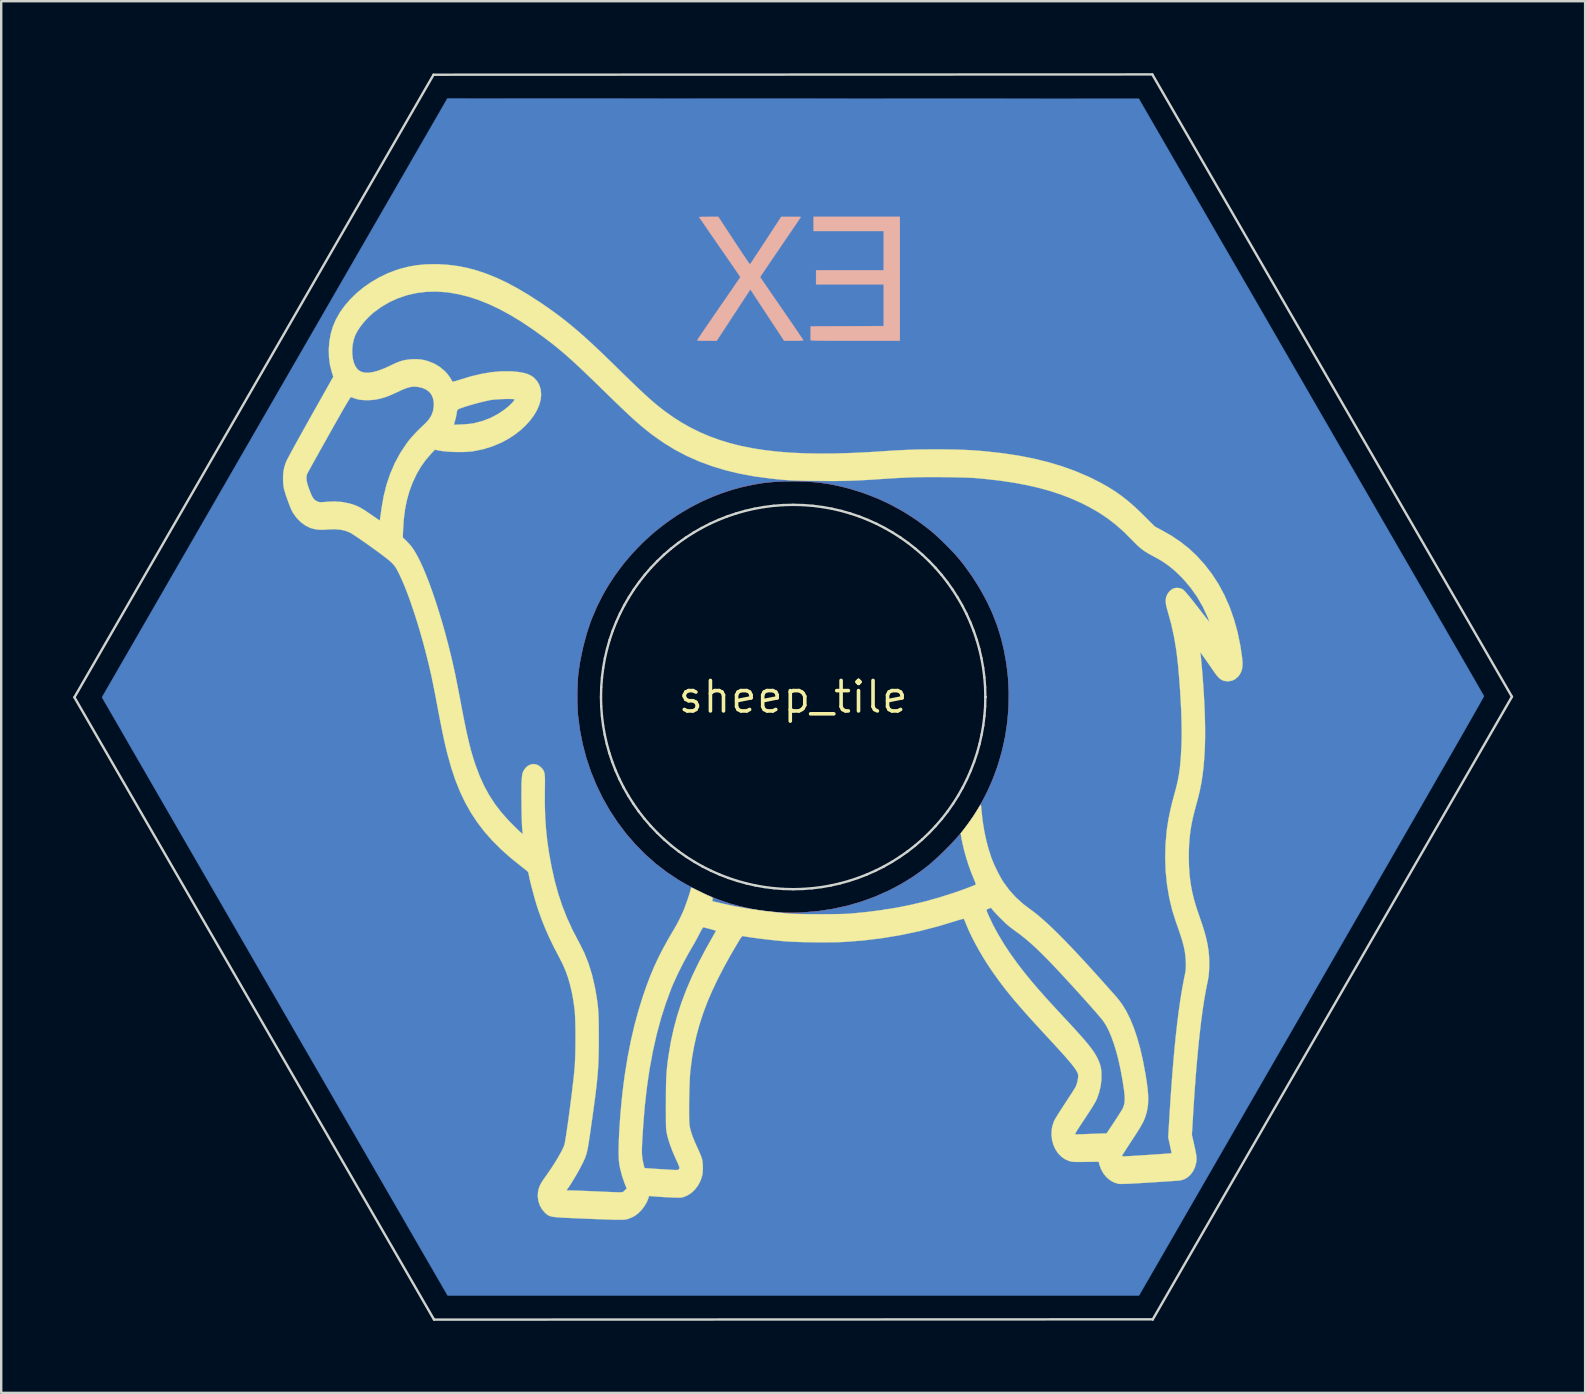
<source format=kicad_pcb>
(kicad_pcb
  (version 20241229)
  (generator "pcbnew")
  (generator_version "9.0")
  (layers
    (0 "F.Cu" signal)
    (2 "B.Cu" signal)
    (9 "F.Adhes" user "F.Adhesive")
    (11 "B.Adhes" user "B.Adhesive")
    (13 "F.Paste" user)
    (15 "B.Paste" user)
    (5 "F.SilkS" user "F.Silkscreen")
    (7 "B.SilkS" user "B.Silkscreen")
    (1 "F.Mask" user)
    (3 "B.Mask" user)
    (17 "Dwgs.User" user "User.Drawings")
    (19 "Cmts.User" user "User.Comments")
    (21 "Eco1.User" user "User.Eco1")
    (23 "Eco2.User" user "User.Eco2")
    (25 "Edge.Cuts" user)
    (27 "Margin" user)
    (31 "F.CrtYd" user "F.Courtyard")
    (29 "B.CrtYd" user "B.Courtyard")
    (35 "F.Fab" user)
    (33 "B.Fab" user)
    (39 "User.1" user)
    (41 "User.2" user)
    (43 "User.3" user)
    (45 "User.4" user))
  (footprint "sheep_tile"
    (layer "F.Cu")
    (at 29.99 25.984)
    (property "Reference" "sheep_tile" (at 0 0 0) (layer "F.SilkS") (effects (font (size 1.27 1.27) (thickness 0.15))))
    (attr through_hole)
    (fp_poly (pts (xy -14.9 -18.03) (xy -14.686 -18.024) (xy -14.476 -18.012) (xy -14.282 -17.996) (xy -14.115 -17.976) (xy -14.097 -17.973) (xy -13.666 -17.89) (xy -13.235 -17.778) (xy -12.803 -17.635) (xy -12.366 -17.462) (xy -11.923 -17.256) (xy -11.471 -17.017) (xy -11.009 -16.743) (xy -10.533 -16.434) (xy -10.042 -16.089) (xy -9.824 -15.927) (xy -9.616 -15.769) (xy -9.414 -15.611) (xy -9.214 -15.449) (xy -9.012 -15.28) (xy -8.806 -15.102) (xy -8.592 -14.911) (xy -8.366 -14.704) (xy -8.124 -14.478) (xy -7.865 -14.231) (xy -7.583 -13.958) (xy -7.297 -13.678) (xy -7.056 -13.442) (xy -6.842 -13.233) (xy -6.651 -13.048) (xy -6.481 -12.885) (xy -6.329 -12.741) (xy -6.191 -12.612) (xy -6.065 -12.497) (xy -5.947 -12.392) (xy -5.834 -12.295) (xy -5.724 -12.203) (xy -5.613 -12.112) (xy -5.524 -12.042) (xy -5.136 -11.751) (xy -4.74 -11.487) (xy -4.333 -11.25) (xy -3.912 -11.039) (xy -3.474 -10.853) (xy -3.016 -10.69) (xy -2.536 -10.549) (xy -2.029 -10.43) (xy -1.493 -10.331) (xy -0.925 -10.251) (xy -0.322 -10.189) (xy -0.212 -10.18) (xy -0.126 -10.175) (xy -0.004 -10.169) (xy 0.147 -10.164) (xy 0.32 -10.158) (xy 0.509 -10.154) (xy 0.708 -10.149) (xy 0.909 -10.146) (xy 0.942 -10.145) (xy 1.262 -10.142) (xy 1.563 -10.142) (xy 1.855 -10.145) (xy 2.145 -10.151) (xy 2.441 -10.162) (xy 2.753 -10.176) (xy 3.088 -10.194) (xy 3.454 -10.217) (xy 3.545 -10.223) (xy 4.001 -10.253) (xy 4.42 -10.276) (xy 4.807 -10.295) (xy 5.169 -10.309) (xy 5.509 -10.317) (xy 5.834 -10.321) (xy 6.148 -10.321) (xy 6.457 -10.316) (xy 6.685 -10.309) (xy 7.249 -10.285) (xy 7.778 -10.251) (xy 8.277 -10.208) (xy 8.751 -10.153) (xy 9.208 -10.086) (xy 9.652 -10.006) (xy 10.09 -9.914) (xy 10.52 -9.809) (xy 11.134 -9.631) (xy 11.718 -9.425) (xy 12.272 -9.19) (xy 12.796 -8.928) (xy 13.289 -8.637) (xy 13.75 -8.319) (xy 14.15 -8) (xy 14.221 -7.936) (xy 14.315 -7.848) (xy 14.423 -7.744) (xy 14.539 -7.631) (xy 14.655 -7.515) (xy 14.7 -7.469) (xy 15.06 -7.101) (xy 15.356 -6.946) (xy 15.768 -6.711) (xy 16.146 -6.457) (xy 16.495 -6.178) (xy 16.82 -5.87) (xy 17.128 -5.53) (xy 17.347 -5.253) (xy 17.629 -4.843) (xy 17.882 -4.404) (xy 18.103 -3.936) (xy 18.294 -3.441) (xy 18.454 -2.918) (xy 18.582 -2.37) (xy 18.679 -1.795) (xy 18.7 -1.63) (xy 18.715 -1.484) (xy 18.721 -1.37) (xy 18.717 -1.279) (xy 18.712 -1.244) (xy 18.667 -1.073) (xy 18.593 -0.928) (xy 18.494 -0.81) (xy 18.373 -0.723) (xy 18.234 -0.671) (xy 18.102 -0.656) (xy 17.995 -0.664) (xy 17.9 -0.689) (xy 17.811 -0.737) (xy 17.724 -0.81) (xy 17.632 -0.914) (xy 17.532 -1.051) (xy 17.498 -1.101) (xy 17.449 -1.172) (xy 17.388 -1.261) (xy 17.318 -1.362) (xy 17.243 -1.468) (xy 17.169 -1.573) (xy 17.1 -1.671) (xy 17.04 -1.755) (xy 16.994 -1.819) (xy 16.965 -1.857) (xy 16.961 -1.863) (xy 16.958 -1.853) (xy 16.963 -1.82) (xy 16.969 -1.784) (xy 16.977 -1.713) (xy 16.987 -1.613) (xy 16.999 -1.492) (xy 17.012 -1.356) (xy 17.018 -1.291) (xy 17.073 -0.603) (xy 17.115 0.045) (xy 17.142 0.654) (xy 17.156 1.224) (xy 17.155 1.755) (xy 17.141 2.248) (xy 17.113 2.702) (xy 17.08 3.036) (xy 17.057 3.232) (xy 17.032 3.412) (xy 17.003 3.584) (xy 16.97 3.756) (xy 16.931 3.935) (xy 16.884 4.13) (xy 16.827 4.347) (xy 16.76 4.595) (xy 16.743 4.657) (xy 16.65 5.018) (xy 16.58 5.369) (xy 16.529 5.721) (xy 16.497 6.086) (xy 16.482 6.474) (xy 16.48 6.625) (xy 16.486 7.014) (xy 16.508 7.376) (xy 16.548 7.721) (xy 16.607 8.059) (xy 16.687 8.4) (xy 16.79 8.754) (xy 16.918 9.131) (xy 16.923 9.144) (xy 17.023 9.431) (xy 17.106 9.688) (xy 17.173 9.924) (xy 17.227 10.148) (xy 17.27 10.367) (xy 17.303 10.589) (xy 17.316 10.689) (xy 17.328 10.849) (xy 17.333 11.032) (xy 17.331 11.225) (xy 17.321 11.418) (xy 17.306 11.597) (xy 17.284 11.752) (xy 17.272 11.811) (xy 17.214 12.084) (xy 17.161 12.364) (xy 17.11 12.658) (xy 17.063 12.97) (xy 17.017 13.305) (xy 16.972 13.67) (xy 16.927 14.069) (xy 16.902 14.309) (xy 16.87 14.642) (xy 16.836 15.01) (xy 16.802 15.403) (xy 16.769 15.814) (xy 16.736 16.233) (xy 16.706 16.653) (xy 16.678 17.064) (xy 16.652 17.46) (xy 16.634 17.773) (xy 16.608 18.242) (xy 16.701 18.64) (xy 16.736 18.791) (xy 16.761 18.91) (xy 16.778 19.006) (xy 16.788 19.089) (xy 16.792 19.166) (xy 16.793 19.241) (xy 16.774 19.44) (xy 16.723 19.622) (xy 16.643 19.783) (xy 16.537 19.919) (xy 16.407 20.026) (xy 16.258 20.101) (xy 16.097 20.139) (xy 16.056 20.143) (xy 15.978 20.149) (xy 15.865 20.157) (xy 15.723 20.167) (xy 15.556 20.178) (xy 15.368 20.19) (xy 15.164 20.204) (xy 14.947 20.217) (xy 14.824 20.225) (xy 14.551 20.242) (xy 14.318 20.256) (xy 14.122 20.267) (xy 13.959 20.275) (xy 13.827 20.28) (xy 13.722 20.283) (xy 13.642 20.284) (xy 13.585 20.282) (xy 13.546 20.278) (xy 13.543 20.277) (xy 13.369 20.224) (xy 13.206 20.133) (xy 13.059 20.01) (xy 12.933 19.858) (xy 12.832 19.683) (xy 12.761 19.489) (xy 12.756 19.471) (xy 12.727 19.357) (xy 12.179 19.364) (xy 12.009 19.366) (xy 11.875 19.366) (xy 11.771 19.366) (xy 11.691 19.363) (xy 11.63 19.358) (xy 11.58 19.35) (xy 11.536 19.34) (xy 11.502 19.33) (xy 11.324 19.252) (xy 11.166 19.141) (xy 11.031 19.001) (xy 10.922 18.836) (xy 10.839 18.651) (xy 10.785 18.45) (xy 10.762 18.237) (xy 10.773 18.018) (xy 10.808 17.835) (xy 10.823 17.78) (xy 10.841 17.728) (xy 10.864 17.673) (xy 10.894 17.611) (xy 10.934 17.539) (xy 10.986 17.452) (xy 11.053 17.346) (xy 11.137 17.216) (xy 11.241 17.058) (xy 11.326 16.929) (xy 11.422 16.784) (xy 11.512 16.647) (xy 11.593 16.521) (xy 11.662 16.412) (xy 11.716 16.326) (xy 11.752 16.267) (xy 11.762 16.248) (xy 11.805 16.143) (xy 11.841 16.015) (xy 11.866 15.884) (xy 11.874 15.778) (xy 11.868 15.729) (xy 11.85 15.671) (xy 11.817 15.602) (xy 11.769 15.522) (xy 11.702 15.427) (xy 11.617 15.315) (xy 11.511 15.186) (xy 11.383 15.036) (xy 11.232 14.864) (xy 11.055 14.668) (xy 10.851 14.445) (xy 10.636 14.213) (xy 10.37 13.926) (xy 10.13 13.666) (xy 9.915 13.43) (xy 9.72 13.213) (xy 9.543 13.014) (xy 9.381 12.828) (xy 9.232 12.652) (xy 9.092 12.483) (xy 8.959 12.318) (xy 8.828 12.153) (xy 8.699 11.984) (xy 8.646 11.913) (xy 8.36 11.521) (xy 8.094 11.127) (xy 7.85 10.737) (xy 7.63 10.355) (xy 7.438 9.986) (xy 7.275 9.635) (xy 7.208 9.472) (xy 7.173 9.384) (xy 7.142 9.31) (xy 7.119 9.26) (xy 7.11 9.243) (xy 7.087 9.243) (xy 7.029 9.255) (xy 6.945 9.277) (xy 6.84 9.307) (xy 6.728 9.342) (xy 6.142 9.519) (xy 5.577 9.673) (xy 5.024 9.806) (xy 4.472 9.919) (xy 3.912 10.014) (xy 3.333 10.094) (xy 2.726 10.161) (xy 2.582 10.174) (xy 2.445 10.184) (xy 2.271 10.193) (xy 2.068 10.2) (xy 1.842 10.206) (xy 1.6 10.21) (xy 1.346 10.213) (xy 1.089 10.214) (xy 0.833 10.214) (xy 0.586 10.212) (xy 0.354 10.209) (xy 0.143 10.204) (xy -0.04 10.197) (xy -0.19 10.188) (xy -0.233 10.185) (xy -0.53 10.158) (xy -0.825 10.129) (xy -1.11 10.097) (xy -1.381 10.064) (xy -1.629 10.031) (xy -1.85 9.997) (xy -2.036 9.965) (xy -2.078 9.957) (xy -2.102 9.955) (xy -2.124 9.963) (xy -2.149 9.986) (xy -2.182 10.031) (xy -2.228 10.102) (xy -2.278 10.185) (xy -2.583 10.703) (xy -2.858 11.197) (xy -3.105 11.67) (xy -3.325 12.126) (xy -3.52 12.569) (xy -3.69 13.003) (xy -3.838 13.432) (xy -3.965 13.86) (xy -4.072 14.291) (xy -4.161 14.728) (xy -4.234 15.176) (xy -4.288 15.61) (xy -4.297 15.722) (xy -4.306 15.864) (xy -4.314 16.032) (xy -4.321 16.219) (xy -4.327 16.42) (xy -4.331 16.628) (xy -4.335 16.838) (xy -4.337 17.043) (xy -4.337 17.239) (xy -4.336 17.418) (xy -4.333 17.575) (xy -4.329 17.705) (xy -4.323 17.8) (xy -4.32 17.829) (xy -4.291 17.982) (xy -4.244 18.152) (xy -4.176 18.343) (xy -4.086 18.561) (xy -3.991 18.77) (xy -3.915 18.935) (xy -3.858 19.071) (xy -3.816 19.188) (xy -3.788 19.292) (xy -3.771 19.394) (xy -3.763 19.501) (xy -3.761 19.6) (xy -3.769 19.788) (xy -3.797 19.954) (xy -3.849 20.115) (xy -3.912 20.256) (xy -3.992 20.389) (xy -4.096 20.52) (xy -4.215 20.636) (xy -4.337 20.728) (xy -4.376 20.75) (xy -4.453 20.788) (xy -4.53 20.817) (xy -4.612 20.837) (xy -4.706 20.849) (xy -4.818 20.854) (xy -4.955 20.852) (xy -5.124 20.845) (xy -5.236 20.838) (xy -5.383 20.829) (xy -5.526 20.819) (xy -5.656 20.811) (xy -5.763 20.803) (xy -5.84 20.798) (xy -5.854 20.797) (xy -6.004 20.785) (xy -6.031 20.875) (xy -6.108 21.067) (xy -6.221 21.249) (xy -6.363 21.414) (xy -6.527 21.557) (xy -6.707 21.669) (xy -6.898 21.746) (xy -6.899 21.747) (xy -6.932 21.755) (xy -6.969 21.763) (xy -7.013 21.768) (xy -7.067 21.773) (xy -7.134 21.775) (xy -7.216 21.776) (xy -7.318 21.776) (xy -7.441 21.773) (xy -7.589 21.769) (xy -7.765 21.764) (xy -7.972 21.756) (xy -8.212 21.747) (xy -8.489 21.736) (xy -8.769 21.724) (xy -9.042 21.713) (xy -9.277 21.703) (xy -9.476 21.694) (xy -9.644 21.685) (xy -9.783 21.675) (xy -9.897 21.665) (xy -9.99 21.654) (xy -10.064 21.64) (xy -10.125 21.625) (xy -10.174 21.606) (xy -10.215 21.583) (xy -10.253 21.557) (xy -10.29 21.526) (xy -10.33 21.49) (xy -10.339 21.481) (xy -10.46 21.343) (xy -10.552 21.179) (xy -10.613 20.998) (xy -10.639 20.807) (xy -10.628 20.617) (xy -10.601 20.488) (xy -10.559 20.368) (xy -10.496 20.245) (xy -10.409 20.109) (xy -10.365 20.048) (xy -10.224 19.85) (xy -10.087 19.649) (xy -9.958 19.45) (xy -9.839 19.257) (xy -9.734 19.076) (xy -9.646 18.913) (xy -9.577 18.772) (xy -9.532 18.659) (xy -9.528 18.648) (xy -9.52 18.609) (xy -9.506 18.533) (xy -9.488 18.424) (xy -9.467 18.287) (xy -9.442 18.128) (xy -9.416 17.95) (xy -9.388 17.759) (xy -9.359 17.559) (xy -9.33 17.354) (xy -9.302 17.151) (xy -9.275 16.953) (xy -9.25 16.765) (xy -9.227 16.592) (xy -9.208 16.438) (xy -9.199 16.362) (xy -9.168 16.098) (xy -9.143 15.867) (xy -9.122 15.662) (xy -9.106 15.475) (xy -9.093 15.296) (xy -9.084 15.119) (xy -9.078 14.935) (xy -9.073 14.735) (xy -9.071 14.512) (xy -9.071 14.257) (xy -9.07 14.192) (xy -9.071 13.926) (xy -9.073 13.696) (xy -9.077 13.496) (xy -9.083 13.32) (xy -9.091 13.162) (xy -9.103 13.017) (xy -9.119 12.877) (xy -9.139 12.738) (xy -9.163 12.593) (xy -9.193 12.435) (xy -9.21 12.351) (xy -9.273 12.059) (xy -9.342 11.797) (xy -9.421 11.553) (xy -9.514 11.316) (xy -9.625 11.074) (xy -9.758 10.816) (xy -9.99 10.371) (xy -10.193 9.945) (xy -10.373 9.529) (xy -10.533 9.114) (xy -10.639 8.809) (xy -10.684 8.668) (xy -10.733 8.503) (xy -10.785 8.322) (xy -10.836 8.134) (xy -10.885 7.948) (xy -10.929 7.771) (xy -10.967 7.613) (xy -10.995 7.481) (xy -11.007 7.418) (xy -11.023 7.339) (xy -11.04 7.287) (xy -11.066 7.251) (xy -11.108 7.217) (xy -11.12 7.208) (xy -11.463 6.953) (xy -11.803 6.672) (xy -12.133 6.372) (xy -12.448 6.062) (xy -12.738 5.747) (xy -12.997 5.434) (xy -13.068 5.341) (xy -13.369 4.905) (xy -13.638 4.442) (xy -13.873 3.955) (xy -13.985 3.683) (xy -14.064 3.476) (xy -14.138 3.268) (xy -14.208 3.056) (xy -14.276 2.834) (xy -14.342 2.6) (xy -14.407 2.35) (xy -14.473 2.081) (xy -14.539 1.787) (xy -14.608 1.467) (xy -14.679 1.116) (xy -14.754 0.731) (xy -14.834 0.307) (xy -14.836 0.296) (xy -14.876 0.082) (xy -8.993 0.082) (xy -8.989 0.336) (xy -8.979 0.57) (xy -8.965 0.762) (xy -8.887 1.368) (xy -8.77 1.963) (xy -8.616 2.547) (xy -8.425 3.116) (xy -8.198 3.67) (xy -7.938 4.206) (xy -7.645 4.722) (xy -7.32 5.216) (xy -6.964 5.688) (xy -6.579 6.133) (xy -6.166 6.552) (xy -5.727 6.942) (xy -5.261 7.301) (xy -4.771 7.627) (xy -4.466 7.806) (xy -4.081 8.013) (xy -3.716 8.192) (xy -3.363 8.347) (xy -3.014 8.481) (xy -2.66 8.598) (xy -2.297 8.7) (xy -1.716 8.831) (xy -1.142 8.922) (xy -0.569 8.974) (xy 0.008 8.987) (xy 0.413 8.974) (xy 1.045 8.919) (xy 1.664 8.825) (xy 2.269 8.692) (xy 2.859 8.52) (xy 3.431 8.311) (xy 3.986 8.063) (xy 4.522 7.779) (xy 5.037 7.458) (xy 5.532 7.101) (xy 5.609 7.04) (xy 5.721 6.947) (xy 5.854 6.828) (xy 6.004 6.688) (xy 6.164 6.535) (xy 6.328 6.373) (xy 6.491 6.208) (xy 6.647 6.047) (xy 6.79 5.895) (xy 6.913 5.758) (xy 7.012 5.641) (xy 7.029 5.62) (xy 7.393 5.131) (xy 7.716 4.632) (xy 8.001 4.119) (xy 8.249 3.589) (xy 8.461 3.041) (xy 8.622 2.529) (xy 8.732 2.112) (xy 8.819 1.715) (xy 8.886 1.324) (xy 8.935 0.924) (xy 8.967 0.503) (xy 8.974 0.373) (xy 8.982 -0.237) (xy 8.949 -0.849) (xy 8.874 -1.458) (xy 8.758 -2.061) (xy 8.719 -2.225) (xy 8.601 -2.661) (xy 8.463 -3.078) (xy 8.303 -3.485) (xy 8.119 -3.886) (xy 7.906 -4.29) (xy 7.661 -4.703) (xy 7.46 -5.016) (xy 7.116 -5.498) (xy 6.739 -5.955) (xy 6.331 -6.385) (xy 5.894 -6.788) (xy 5.43 -7.162) (xy 4.942 -7.505) (xy 4.432 -7.817) (xy 3.902 -8.095) (xy 3.353 -8.339) (xy 2.789 -8.547) (xy 2.211 -8.717) (xy 1.622 -8.849) (xy 1.524 -8.867) (xy 1.098 -8.929) (xy 0.646 -8.97) (xy 0.18 -8.99) (xy -0.289 -8.989) (xy -0.748 -8.967) (xy -1.187 -8.923) (xy -1.27 -8.912) (xy -1.858 -8.808) (xy -2.436 -8.664) (xy -3.001 -8.482) (xy -3.552 -8.262) (xy -4.087 -8.007) (xy -4.604 -7.718) (xy -5.101 -7.396) (xy -5.576 -7.043) (xy -6.029 -6.66) (xy -6.456 -6.248) (xy -6.856 -5.81) (xy -7.227 -5.346) (xy -7.568 -4.859) (xy -7.877 -4.348) (xy -8.151 -3.817) (xy -8.39 -3.266) (xy -8.429 -3.164) (xy -8.532 -2.871) (xy -8.63 -2.546) (xy -8.722 -2.201) (xy -8.804 -1.847) (xy -8.874 -1.495) (xy -8.929 -1.156) (xy -8.934 -1.117) (xy -8.956 -0.921) (xy -8.973 -0.692) (xy -8.985 -0.442) (xy -8.992 -0.181) (xy -8.993 0.082) (xy -14.876 0.082) (xy -14.886 0.028) (xy -14.931 -0.206) (xy -14.971 -0.413) (xy -15.009 -0.601) (xy -15.047 -0.777) (xy -15.084 -0.949) (xy -15.125 -1.123) (xy -15.169 -1.309) (xy -15.218 -1.512) (xy -15.23 -1.562) (xy -15.329 -1.951) (xy -15.432 -2.334) (xy -15.539 -2.71) (xy -15.647 -3.074) (xy -15.757 -3.426) (xy -15.868 -3.76) (xy -15.978 -4.076) (xy -16.086 -4.37) (xy -16.191 -4.639) (xy -16.293 -4.881) (xy -16.391 -5.093) (xy -16.483 -5.271) (xy -16.568 -5.415) (xy -16.646 -5.519) (xy -16.653 -5.528) (xy -16.715 -5.588) (xy -16.808 -5.669) (xy -16.929 -5.768) (xy -17.076 -5.882) (xy -17.243 -6.008) (xy -17.427 -6.144) (xy -17.625 -6.287) (xy -17.834 -6.434) (xy -18.049 -6.582) (xy -18.087 -6.608) (xy -18.228 -6.703) (xy -18.341 -6.777) (xy -18.434 -6.832) (xy -18.513 -6.874) (xy -18.585 -6.905) (xy -18.656 -6.93) (xy -18.675 -6.936) (xy -18.792 -6.961) (xy -18.937 -6.979) (xy -19.097 -6.988) (xy -19.258 -6.987) (xy -19.367 -6.98) (xy -19.604 -6.967) (xy -19.813 -6.975) (xy -19.991 -7.003) (xy -20.091 -7.034) (xy -20.309 -7.139) (xy -20.506 -7.281) (xy -20.679 -7.457) (xy -20.814 -7.645) (xy -20.863 -7.734) (xy -20.919 -7.854) (xy -20.98 -7.996) (xy -21.041 -8.151) (xy -21.099 -8.309) (xy -21.15 -8.46) (xy -21.191 -8.596) (xy -21.218 -8.704) (xy -21.248 -8.94) (xy -21.249 -9.19) (xy -21.221 -9.441) (xy -21.165 -9.679) (xy -21.126 -9.79) (xy -21.108 -9.83) (xy -21.069 -9.904) (xy -21.014 -10.009) (xy -20.942 -10.142) (xy -20.856 -10.301) (xy -20.756 -10.482) (xy -20.645 -10.683) (xy -20.525 -10.9) (xy -20.396 -11.132) (xy -20.261 -11.374) (xy -20.12 -11.625) (xy -20.112 -11.639) (xy -19.156 -13.341) (xy -19.218 -13.535) (xy -19.294 -13.839) (xy -19.336 -14.159) (xy -19.343 -14.487) (xy -19.317 -14.815) (xy -19.258 -15.139) (xy -19.166 -15.449) (xy -19.043 -15.739) (xy -19.002 -15.817) (xy -18.825 -16.101) (xy -18.611 -16.381) (xy -18.362 -16.651) (xy -18.085 -16.908) (xy -17.782 -17.147) (xy -17.642 -17.244) (xy -17.305 -17.448) (xy -16.938 -17.626) (xy -16.55 -17.775) (xy -16.146 -17.893) (xy -15.734 -17.978) (xy -15.453 -18.015) (xy -15.295 -18.026) (xy -15.107 -18.031) (xy -14.9 -18.03)) (stroke (width 0.01) (type solid)) (fill yes) (layer "F.Cu"))
    (fp_poly (pts (xy -0.003 -24.929) (xy 14.4 -24.924) (xy 17.831 -18.986) (xy 18.132 -18.467) (xy 18.451 -17.914) (xy 18.788 -17.331) (xy 19.14 -16.723) (xy 19.505 -16.092) (xy 19.88 -15.441) (xy 20.265 -14.775) (xy 20.657 -14.097) (xy 21.054 -13.411) (xy 21.454 -12.719) (xy 21.854 -12.026) (xy 22.254 -11.335) (xy 22.65 -10.649) (xy 23.041 -9.973) (xy 23.425 -9.308) (xy 23.8 -8.66) (xy 24.163 -8.032) (xy 24.513 -7.426) (xy 24.848 -6.847) (xy 25.014 -6.56) (xy 25.294 -6.074) (xy 25.57 -5.597) (xy 25.839 -5.131) (xy 26.101 -4.677) (xy 26.356 -4.237) (xy 26.602 -3.81) (xy 26.839 -3.4) (xy 27.066 -3.007) (xy 27.282 -2.632) (xy 27.487 -2.277) (xy 27.68 -1.943) (xy 27.86 -1.631) (xy 28.026 -1.343) (xy 28.177 -1.08) (xy 28.314 -0.844) (xy 28.434 -0.635) (xy 28.537 -0.455) (xy 28.623 -0.306) (xy 28.691 -0.188) (xy 28.74 -0.103) (xy 28.769 -0.052) (xy 28.777 -0.036) (xy 28.768 -0.016) (xy 28.737 0.041) (xy 28.685 0.135) (xy 28.613 0.264) (xy 28.52 0.429) (xy 28.406 0.629) (xy 28.272 0.864) (xy 28.118 1.134) (xy 27.944 1.439) (xy 27.75 1.779) (xy 27.536 2.152) (xy 27.302 2.56) (xy 27.049 3.001) (xy 26.776 3.475) (xy 26.485 3.983) (xy 26.174 4.524) (xy 25.844 5.097) (xy 25.495 5.703) (xy 25.128 6.341) (xy 24.742 7.011) (xy 24.338 7.713) (xy 23.916 8.446) (xy 23.475 9.21) (xy 23.017 10.006) (xy 22.541 10.832) (xy 22.047 11.688) (xy 21.598 12.466) (xy 14.407 24.934) (xy -14.392 24.934) (xy -14.422 24.887) (xy -14.435 24.866) (xy -14.467 24.809) (xy -14.52 24.718) (xy -14.592 24.594) (xy -14.682 24.438) (xy -14.79 24.251) (xy -14.916 24.034) (xy -15.057 23.789) (xy -15.215 23.517) (xy -15.388 23.218) (xy -15.575 22.894) (xy -15.776 22.546) (xy -15.991 22.175) (xy -16.217 21.782) (xy -16.456 21.37) (xy -16.706 20.937) (xy -16.966 20.487) (xy -17.236 20.02) (xy -17.515 19.536) (xy -17.803 19.038) (xy -18.099 18.527) (xy -18.402 18.003) (xy -18.711 17.468) (xy -19.026 16.923) (xy -19.346 16.369) (xy -19.671 15.807) (xy -19.999 15.238) (xy -20.331 14.665) (xy -20.665 14.086) (xy -21.001 13.505) (xy -21.338 12.922) (xy -21.675 12.337) (xy -22.013 11.754) (xy -22.349 11.171) (xy -22.684 10.591) (xy -23.017 10.015) (xy -23.347 9.444) (xy -23.673 8.88) (xy -23.995 8.322) (xy -24.313 7.773) (xy -24.624 7.233) (xy -24.93 6.704) (xy -25.229 6.187) (xy -25.52 5.683) (xy -25.803 5.193) (xy -26.077 4.719) (xy -26.341 4.261) (xy -26.596 3.82) (xy -26.839 3.399) (xy -27.071 2.997) (xy -27.291 2.617) (xy -27.498 2.259) (xy -27.691 1.924) (xy -27.87 1.614) (xy -28.034 1.329) (xy -28.183 1.072) (xy -28.315 0.843) (xy -28.431 0.642) (xy -28.529 0.473) (xy -28.609 0.334) (xy -28.67 0.229) (xy -28.711 0.157) (xy -28.732 0.12) (xy -28.735 0.116) (xy -28.794 0.009) (xy -28.757 -0.054) (xy -8.991 -0.054) (xy -8.991 0.171) (xy -8.986 0.386) (xy -8.978 0.582) (xy -8.966 0.75) (xy -8.965 0.762) (xy -8.887 1.366) (xy -8.771 1.96) (xy -8.617 2.542) (xy -8.426 3.111) (xy -8.2 3.664) (xy -7.94 4.2) (xy -7.647 4.716) (xy -7.322 5.211) (xy -6.968 5.682) (xy -6.584 6.128) (xy -6.172 6.547) (xy -5.734 6.936) (xy -5.27 7.294) (xy -4.781 7.618) (xy -4.699 7.668) (xy -4.177 7.962) (xy -3.659 8.216) (xy -3.141 8.432) (xy -2.617 8.611) (xy -2.084 8.754) (xy -1.536 8.863) (xy -0.969 8.938) (xy -0.379 8.982) (xy -0.116 8.991) (xy -0.045 8.991) (xy 0.058 8.989) (xy 0.182 8.985) (xy 0.316 8.979) (xy 0.413 8.974) (xy 1.044 8.92) (xy 1.658 8.827) (xy 2.256 8.696) (xy 2.841 8.526) (xy 3.413 8.316) (xy 3.975 8.066) (xy 4.085 8.012) (xy 4.516 7.782) (xy 4.919 7.538) (xy 5.301 7.273) (xy 5.672 6.983) (xy 6.038 6.66) (xy 6.252 6.456) (xy 6.504 6.204) (xy 6.726 5.968) (xy 6.925 5.742) (xy 7.108 5.519) (xy 7.186 5.418) (xy 7.528 4.934) (xy 7.834 4.427) (xy 8.106 3.9) (xy 8.342 3.356) (xy 8.542 2.797) (xy 8.705 2.225) (xy 8.831 1.642) (xy 8.919 1.051) (xy 8.97 0.455) (xy 8.982 -0.145) (xy 8.956 -0.745) (xy 8.89 -1.345) (xy 8.784 -1.94) (xy 8.657 -2.463) (xy 8.489 -2.997) (xy 8.28 -3.529) (xy 8.032 -4.054) (xy 7.747 -4.569) (xy 7.426 -5.071) (xy 7.072 -5.557) (xy 6.955 -5.704) (xy 6.852 -5.825) (xy 6.723 -5.967) (xy 6.575 -6.123) (xy 6.415 -6.287) (xy 6.248 -6.452) (xy 6.081 -6.612) (xy 5.922 -6.76) (xy 5.776 -6.89) (xy 5.652 -6.993) (xy 5.151 -7.366) (xy 4.629 -7.703) (xy 4.086 -8.004) (xy 3.524 -8.267) (xy 2.946 -8.492) (xy 2.354 -8.677) (xy 2.106 -8.742) (xy 1.785 -8.816) (xy 1.481 -8.875) (xy 1.185 -8.92) (xy 0.885 -8.952) (xy 0.572 -8.972) (xy 0.235 -8.982) (xy -0.011 -8.983) (xy -0.292 -8.981) (xy -0.541 -8.975) (xy -0.765 -8.964) (xy -0.974 -8.947) (xy -1.176 -8.925) (xy -1.382 -8.897) (xy -1.559 -8.868) (xy -2.136 -8.747) (xy -2.704 -8.586) (xy -3.26 -8.386) (xy -3.803 -8.149) (xy -4.33 -7.876) (xy -4.839 -7.568) (xy -5.329 -7.228) (xy -5.797 -6.857) (xy -6.242 -6.455) (xy -6.66 -6.025) (xy -7.052 -5.569) (xy -7.413 -5.086) (xy -7.743 -4.579) (xy -7.941 -4.235) (xy -8.192 -3.733) (xy -8.411 -3.208) (xy -8.598 -2.658) (xy -8.752 -2.083) (xy -8.876 -1.481) (xy -8.945 -1.032) (xy -8.961 -0.886) (xy -8.973 -0.706) (xy -8.983 -0.502) (xy -8.989 -0.282) (xy -8.991 -0.054) (xy -28.757 -0.054) (xy -21.6 -12.463) (xy -14.406 -24.934) (xy -0.003 -24.929)) (stroke (width 0.01) (type solid)) (fill yes) (layer "B.Cu"))
    (fp_poly (pts (xy -14.786 -18.028) (xy -14.379 -18.003) (xy -13.975 -17.952) (xy -13.573 -17.873) (xy -13.17 -17.765) (xy -12.763 -17.627) (xy -12.349 -17.459) (xy -11.925 -17.259) (xy -11.489 -17.025) (xy -11.037 -16.758) (xy -10.568 -16.455) (xy -10.47 -16.39) (xy -10.227 -16.223) (xy -9.994 -16.057) (xy -9.767 -15.89) (xy -9.544 -15.719) (xy -9.321 -15.54) (xy -9.094 -15.352) (xy -8.86 -15.151) (xy -8.617 -14.934) (xy -8.36 -14.699) (xy -8.087 -14.443) (xy -7.794 -14.162) (xy -7.477 -13.855) (xy -7.271 -13.652) (xy -7.01 -13.397) (xy -6.775 -13.169) (xy -6.564 -12.966) (xy -6.374 -12.785) (xy -6.201 -12.624) (xy -6.043 -12.48) (xy -5.897 -12.35) (xy -5.759 -12.232) (xy -5.627 -12.123) (xy -5.498 -12.02) (xy -5.369 -11.921) (xy -5.345 -11.903) (xy -4.994 -11.653) (xy -4.634 -11.424) (xy -4.263 -11.215) (xy -3.878 -11.026) (xy -3.479 -10.856) (xy -3.063 -10.705) (xy -2.629 -10.572) (xy -2.174 -10.458) (xy -1.696 -10.362) (xy -1.195 -10.284) (xy -0.668 -10.222) (xy -0.113 -10.178) (xy 0.472 -10.151) (xy 1.088 -10.139) (xy 1.737 -10.144) (xy 2.421 -10.164) (xy 3.143 -10.199) (xy 3.535 -10.223) (xy 3.842 -10.243) (xy 4.114 -10.26) (xy 4.357 -10.274) (xy 4.577 -10.286) (xy 4.781 -10.295) (xy 4.974 -10.302) (xy 5.165 -10.307) (xy 5.358 -10.311) (xy 5.562 -10.313) (xy 5.781 -10.314) (xy 5.958 -10.314) (xy 6.305 -10.313) (xy 6.617 -10.309) (xy 6.903 -10.302) (xy 7.171 -10.292) (xy 7.43 -10.278) (xy 7.688 -10.261) (xy 7.952 -10.239) (xy 8.022 -10.232) (xy 8.722 -10.155) (xy 9.388 -10.054) (xy 10.022 -9.93) (xy 10.625 -9.782) (xy 11.199 -9.61) (xy 11.745 -9.414) (xy 12.267 -9.192) (xy 12.478 -9.092) (xy 12.813 -8.92) (xy 13.119 -8.748) (xy 13.403 -8.57) (xy 13.674 -8.379) (xy 13.939 -8.172) (xy 14.206 -7.941) (xy 14.482 -7.681) (xy 14.617 -7.547) (xy 15.064 -7.101) (xy 15.358 -6.945) (xy 15.77 -6.71) (xy 16.147 -6.454) (xy 16.496 -6.176) (xy 16.796 -5.895) (xy 17.135 -5.523) (xy 17.444 -5.123) (xy 17.72 -4.695) (xy 17.965 -4.239) (xy 18.178 -3.756) (xy 18.359 -3.245) (xy 18.509 -2.707) (xy 18.626 -2.141) (xy 18.7 -1.643) (xy 18.717 -1.444) (xy 18.714 -1.276) (xy 18.69 -1.133) (xy 18.643 -1.009) (xy 18.572 -0.897) (xy 18.53 -0.848) (xy 18.414 -0.745) (xy 18.285 -0.682) (xy 18.139 -0.657) (xy 18.108 -0.656) (xy 17.999 -0.664) (xy 17.903 -0.688) (xy 17.815 -0.734) (xy 17.728 -0.806) (xy 17.638 -0.907) (xy 17.539 -1.041) (xy 17.498 -1.101) (xy 17.447 -1.175) (xy 17.384 -1.267) (xy 17.313 -1.369) (xy 17.239 -1.475) (xy 17.165 -1.58) (xy 17.096 -1.676) (xy 17.037 -1.759) (xy 16.992 -1.821) (xy 16.964 -1.857) (xy 16.96 -1.863) (xy 16.956 -1.855) (xy 16.961 -1.831) (xy 16.968 -1.792) (xy 16.978 -1.716) (xy 16.989 -1.608) (xy 17.002 -1.473) (xy 17.016 -1.315) (xy 17.031 -1.139) (xy 17.047 -0.951) (xy 17.062 -0.755) (xy 17.07 -0.646) (xy 17.106 -0.111) (xy 17.133 0.396) (xy 17.15 0.874) (xy 17.159 1.32) (xy 17.158 1.729) (xy 17.148 2.101) (xy 17.147 2.138) (xy 17.124 2.537) (xy 17.094 2.903) (xy 17.054 3.244) (xy 17.004 3.568) (xy 16.942 3.883) (xy 16.867 4.198) (xy 16.806 4.424) (xy 16.717 4.755) (xy 16.643 5.057) (xy 16.586 5.34) (xy 16.542 5.611) (xy 16.511 5.881) (xy 16.491 6.159) (xy 16.481 6.453) (xy 16.479 6.646) (xy 16.487 7.036) (xy 16.51 7.399) (xy 16.552 7.747) (xy 16.614 8.09) (xy 16.697 8.436) (xy 16.804 8.795) (xy 16.923 9.145) (xy 17.037 9.474) (xy 17.131 9.774) (xy 17.205 10.05) (xy 17.261 10.31) (xy 17.3 10.558) (xy 17.323 10.803) (xy 17.332 11.049) (xy 17.329 11.26) (xy 17.321 11.435) (xy 17.309 11.581) (xy 17.291 11.714) (xy 17.265 11.847) (xy 17.262 11.864) (xy 17.191 12.212) (xy 17.123 12.599) (xy 17.058 13.025) (xy 16.995 13.492) (xy 16.935 13.998) (xy 16.878 14.545) (xy 16.823 15.132) (xy 16.77 15.76) (xy 16.721 16.43) (xy 16.673 17.142) (xy 16.645 17.611) (xy 16.608 18.235) (xy 16.698 18.632) (xy 16.737 18.806) (xy 16.766 18.946) (xy 16.786 19.058) (xy 16.798 19.15) (xy 16.802 19.227) (xy 16.8 19.297) (xy 16.792 19.367) (xy 16.786 19.402) (xy 16.737 19.587) (xy 16.658 19.752) (xy 16.554 19.894) (xy 16.429 20.008) (xy 16.287 20.09) (xy 16.131 20.135) (xy 16.102 20.139) (xy 16.06 20.143) (xy 15.981 20.149) (xy 15.867 20.157) (xy 15.724 20.167) (xy 15.557 20.178) (xy 15.368 20.19) (xy 15.163 20.204) (xy 14.946 20.217) (xy 14.824 20.225) (xy 14.552 20.242) (xy 14.319 20.256) (xy 14.122 20.267) (xy 13.959 20.275) (xy 13.827 20.28) (xy 13.722 20.283) (xy 13.643 20.284) (xy 13.585 20.282) (xy 13.546 20.278) (xy 13.543 20.277) (xy 13.37 20.224) (xy 13.207 20.134) (xy 13.061 20.011) (xy 12.935 19.861) (xy 12.834 19.688) (xy 12.762 19.498) (xy 12.756 19.473) (xy 12.727 19.357) (xy 12.185 19.365) (xy 12.017 19.367) (xy 11.885 19.368) (xy 11.783 19.367) (xy 11.704 19.364) (xy 11.642 19.359) (xy 11.591 19.352) (xy 11.545 19.341) (xy 11.497 19.328) (xy 11.497 19.328) (xy 11.323 19.254) (xy 11.168 19.145) (xy 11.035 19.007) (xy 10.925 18.844) (xy 10.841 18.66) (xy 10.785 18.461) (xy 10.761 18.25) (xy 10.769 18.034) (xy 10.781 17.954) (xy 10.805 17.85) (xy 10.838 17.742) (xy 10.873 17.652) (xy 10.875 17.647) (xy 10.902 17.597) (xy 10.949 17.518) (xy 11.013 17.414) (xy 11.09 17.291) (xy 11.178 17.154) (xy 11.272 17.008) (xy 11.329 16.921) (xy 11.425 16.776) (xy 11.515 16.637) (xy 11.597 16.512) (xy 11.666 16.403) (xy 11.72 16.317) (xy 11.756 16.258) (xy 11.768 16.237) (xy 11.805 16.144) (xy 11.838 16.028) (xy 11.862 15.907) (xy 11.874 15.798) (xy 11.874 15.779) (xy 11.87 15.734) (xy 11.856 15.683) (xy 11.831 15.625) (xy 11.794 15.557) (xy 11.741 15.478) (xy 11.673 15.385) (xy 11.586 15.276) (xy 11.48 15.149) (xy 11.353 15.003) (xy 11.203 14.834) (xy 11.028 14.641) (xy 10.827 14.422) (xy 10.599 14.175) (xy 10.595 14.171) (xy 10.302 13.853) (xy 10.036 13.562) (xy 9.794 13.295) (xy 9.574 13.048) (xy 9.374 12.818) (xy 9.191 12.603) (xy 9.021 12.398) (xy 8.863 12.201) (xy 8.714 12.009) (xy 8.571 11.818) (xy 8.432 11.626) (xy 8.293 11.428) (xy 8.227 11.332) (xy 8.054 11.071) (xy 7.884 10.796) (xy 7.721 10.515) (xy 7.567 10.236) (xy 7.429 9.966) (xy 7.309 9.713) (xy 7.212 9.484) (xy 7.207 9.471) (xy 7.172 9.383) (xy 7.141 9.309) (xy 7.119 9.259) (xy 7.11 9.243) (xy 7.086 9.242) (xy 7.029 9.254) (xy 6.949 9.275) (xy 6.852 9.304) (xy 6.834 9.31) (xy 6.037 9.551) (xy 5.25 9.754) (xy 4.467 9.919) (xy 3.681 10.049) (xy 2.888 10.144) (xy 2.098 10.204) (xy 1.925 10.211) (xy 1.72 10.216) (xy 1.491 10.219) (xy 1.245 10.22) (xy 0.988 10.219) (xy 0.729 10.216) (xy 0.474 10.211) (xy 0.231 10.204) (xy 0.008 10.196) (xy -0.19 10.186) (xy -0.353 10.175) (xy -0.381 10.173) (xy -0.594 10.152) (xy -0.815 10.13) (xy -1.037 10.105) (xy -1.255 10.08) (xy -1.463 10.054) (xy -1.655 10.028) (xy -1.824 10.004) (xy -1.964 9.982) (xy -2.07 9.962) (xy -2.089 9.958) (xy -2.109 9.959) (xy -2.131 9.972) (xy -2.159 10.003) (xy -2.197 10.056) (xy -2.248 10.138) (xy -2.303 10.229) (xy -2.62 10.77) (xy -2.904 11.286) (xy -3.157 11.779) (xy -3.379 12.249) (xy -3.572 12.697) (xy -3.734 13.126) (xy -3.765 13.215) (xy -3.911 13.67) (xy -4.032 14.114) (xy -4.131 14.56) (xy -4.212 15.018) (xy -4.275 15.502) (xy -4.288 15.621) (xy -4.297 15.736) (xy -4.306 15.881) (xy -4.314 16.052) (xy -4.321 16.24) (xy -4.327 16.442) (xy -4.331 16.651) (xy -4.335 16.86) (xy -4.336 17.065) (xy -4.337 17.259) (xy -4.336 17.436) (xy -4.333 17.591) (xy -4.328 17.716) (xy -4.322 17.808) (xy -4.32 17.829) (xy -4.291 17.982) (xy -4.244 18.152) (xy -4.176 18.343) (xy -4.086 18.561) (xy -3.991 18.77) (xy -3.936 18.891) (xy -3.885 19.01) (xy -3.841 19.117) (xy -3.81 19.202) (xy -3.798 19.241) (xy -3.774 19.368) (xy -3.762 19.519) (xy -3.762 19.679) (xy -3.773 19.832) (xy -3.796 19.96) (xy -3.867 20.165) (xy -3.967 20.351) (xy -4.091 20.516) (xy -4.236 20.653) (xy -4.397 20.759) (xy -4.571 20.83) (xy -4.646 20.848) (xy -4.699 20.852) (xy -4.788 20.853) (xy -4.908 20.852) (xy -5.052 20.847) (xy -5.214 20.84) (xy -5.388 20.83) (xy -5.569 20.819) (xy -5.75 20.805) (xy -5.865 20.796) (xy -6.004 20.784) (xy -6.031 20.875) (xy -6.095 21.036) (xy -6.19 21.2) (xy -6.307 21.356) (xy -6.438 21.492) (xy -6.575 21.599) (xy -6.595 21.611) (xy -6.686 21.659) (xy -6.789 21.706) (xy -6.857 21.732) (xy -6.892 21.744) (xy -6.929 21.753) (xy -6.97 21.761) (xy -7.018 21.768) (xy -7.076 21.772) (xy -7.148 21.775) (xy -7.236 21.776) (xy -7.343 21.775) (xy -7.472 21.773) (xy -7.626 21.768) (xy -7.809 21.762) (xy -8.023 21.754) (xy -8.271 21.745) (xy -8.556 21.733) (xy -8.769 21.724) (xy -9.042 21.713) (xy -9.277 21.703) (xy -9.476 21.694) (xy -9.644 21.685) (xy -9.783 21.675) (xy -9.897 21.665) (xy -9.99 21.654) (xy -10.064 21.64) (xy -10.125 21.625) (xy -10.174 21.606) (xy -10.215 21.583) (xy -10.253 21.557) (xy -10.29 21.526) (xy -10.33 21.49) (xy -10.339 21.481) (xy -10.46 21.343) (xy -10.552 21.179) (xy -10.613 20.998) (xy -10.639 20.807) (xy -10.628 20.617) (xy -10.605 20.502) (xy -10.569 20.393) (xy -10.517 20.283) (xy -10.445 20.162) (xy -10.347 20.02) (xy -10.343 20.016) (xy -10.196 19.807) (xy -10.055 19.599) (xy -9.925 19.396) (xy -9.807 19.203) (xy -9.705 19.025) (xy -9.622 18.866) (xy -9.56 18.732) (xy -9.529 18.648) (xy -9.516 18.594) (xy -9.498 18.502) (xy -9.477 18.376) (xy -9.453 18.221) (xy -9.426 18.041) (xy -9.397 17.84) (xy -9.366 17.622) (xy -9.335 17.392) (xy -9.303 17.153) (xy -9.272 16.91) (xy -9.241 16.668) (xy -9.211 16.43) (xy -9.184 16.2) (xy -9.158 15.983) (xy -9.136 15.783) (xy -9.118 15.605) (xy -9.108 15.505) (xy -9.096 15.35) (xy -9.087 15.166) (xy -9.079 14.958) (xy -9.073 14.733) (xy -9.07 14.497) (xy -9.068 14.256) (xy -9.068 14.016) (xy -9.071 13.784) (xy -9.075 13.565) (xy -9.082 13.367) (xy -9.09 13.195) (xy -9.101 13.056) (xy -9.108 12.996) (xy -9.137 12.78) (xy -9.165 12.594) (xy -9.194 12.426) (xy -9.227 12.265) (xy -9.265 12.099) (xy -9.292 11.989) (xy -9.376 11.696) (xy -9.475 11.418) (xy -9.594 11.141) (xy -9.74 10.852) (xy -9.748 10.837) (xy -9.958 10.437) (xy -10.143 10.057) (xy -10.308 9.688) (xy -10.457 9.319) (xy -10.595 8.94) (xy -10.648 8.782) (xy -10.688 8.657) (xy -10.732 8.509) (xy -10.779 8.344) (xy -10.827 8.17) (xy -10.874 7.995) (xy -10.917 7.826) (xy -10.956 7.67) (xy -10.987 7.535) (xy -11.009 7.428) (xy -11.018 7.378) (xy -11.024 7.343) (xy -11.034 7.312) (xy -11.053 7.283) (xy -11.085 7.248) (xy -11.135 7.204) (xy -11.209 7.146) (xy -11.31 7.068) (xy -11.332 7.051) (xy -11.771 6.698) (xy -12.171 6.342) (xy -12.534 5.979) (xy -12.863 5.606) (xy -13.159 5.219) (xy -13.426 4.814) (xy -13.665 4.389) (xy -13.879 3.939) (xy -14.071 3.46) (xy -14.241 2.95) (xy -14.394 2.405) (xy -14.411 2.338) (xy -14.459 2.142) (xy -14.508 1.932) (xy -14.558 1.706) (xy -14.61 1.458) (xy -14.666 1.185) (xy -14.725 0.883) (xy -14.79 0.546) (xy -14.849 0.231) (xy -14.886 0.034) (xy -14.926 -0.17) (xy -14.966 -0.372) (xy -15.004 -0.564) (xy -15.04 -0.737) (xy -15.07 -0.881) (xy -15.083 -0.942) (xy -15.185 -1.381) (xy -15.295 -1.822) (xy -15.411 -2.259) (xy -15.532 -2.688) (xy -15.657 -3.106) (xy -15.785 -3.507) (xy -15.913 -3.888) (xy -16.041 -4.244) (xy -16.167 -4.571) (xy -16.291 -4.865) (xy -16.407 -5.115) (xy -16.482 -5.263) (xy -16.549 -5.38) (xy -16.616 -5.477) (xy -16.691 -5.563) (xy -16.78 -5.647) (xy -16.891 -5.74) (xy -16.907 -5.753) (xy -17.024 -5.843) (xy -17.159 -5.946) (xy -17.309 -6.057) (xy -17.468 -6.172) (xy -17.632 -6.29) (xy -17.794 -6.405) (xy -17.952 -6.515) (xy -18.099 -6.616) (xy -18.231 -6.704) (xy -18.342 -6.777) (xy -18.429 -6.831) (xy -18.477 -6.857) (xy -18.651 -6.925) (xy -18.854 -6.97) (xy -19.081 -6.989) (xy -19.323 -6.983) (xy -19.367 -6.98) (xy -19.596 -6.966) (xy -19.794 -6.972) (xy -19.967 -6.999) (xy -20.119 -7.045) (xy -20.322 -7.147) (xy -20.51 -7.284) (xy -20.678 -7.454) (xy -20.822 -7.652) (xy -20.859 -7.715) (xy -20.899 -7.795) (xy -20.947 -7.907) (xy -20.999 -8.04) (xy -21.054 -8.185) (xy -21.106 -8.332) (xy -21.153 -8.472) (xy -21.19 -8.596) (xy -21.215 -8.693) (xy -21.218 -8.704) (xy -21.239 -8.855) (xy -21.249 -9.029) (xy -21.249 -9.093) (xy -20.277 -9.093) (xy -20.261 -8.975) (xy -20.223 -8.833) (xy -20.18 -8.706) (xy -20.121 -8.548) (xy -20.07 -8.425) (xy -20.024 -8.332) (xy -19.978 -8.262) (xy -19.929 -8.211) (xy -19.873 -8.172) (xy -19.807 -8.139) (xy -19.803 -8.138) (xy -19.764 -8.124) (xy -19.722 -8.116) (xy -19.67 -8.113) (xy -19.596 -8.117) (xy -19.493 -8.126) (xy -19.457 -8.129) (xy -19.115 -8.145) (xy -18.791 -8.123) (xy -18.484 -8.063) (xy -18.28 -7.999) (xy -18.193 -7.965) (xy -18.108 -7.926) (xy -18.018 -7.879) (xy -17.917 -7.82) (xy -17.8 -7.745) (xy -17.66 -7.651) (xy -17.526 -7.559) (xy -17.219 -7.347) (xy -17.204 -7.446) (xy -17.196 -7.503) (xy -17.183 -7.592) (xy -17.168 -7.701) (xy -17.152 -7.82) (xy -17.146 -7.863) (xy -17.058 -8.37) (xy -16.936 -8.854) (xy -16.779 -9.316) (xy -16.588 -9.754) (xy -16.364 -10.167) (xy -16.106 -10.555) (xy -16.013 -10.679) (xy -15.916 -10.796) (xy -15.793 -10.932) (xy -15.651 -11.08) (xy -15.498 -11.232) (xy -15.385 -11.339) (xy -14.135 -11.339) (xy -13.814 -11.352) (xy -13.669 -11.36) (xy -13.523 -11.373) (xy -13.39 -11.39) (xy -13.29 -11.406) (xy -12.941 -11.497) (xy -12.61 -11.624) (xy -12.299 -11.786) (xy -12.014 -11.979) (xy -11.891 -12.079) (xy -11.802 -12.159) (xy -11.725 -12.236) (xy -11.663 -12.304) (xy -11.622 -12.358) (xy -11.607 -12.392) (xy -11.609 -12.399) (xy -11.639 -12.408) (xy -11.704 -12.413) (xy -11.795 -12.416) (xy -11.908 -12.416) (xy -12.032 -12.413) (xy -12.162 -12.409) (xy -12.29 -12.402) (xy -12.409 -12.394) (xy -12.51 -12.384) (xy -12.583 -12.374) (xy -12.72 -12.347) (xy -12.872 -12.312) (xy -13.034 -12.273) (xy -13.2 -12.23) (xy -13.364 -12.184) (xy -13.52 -12.139) (xy -13.663 -12.094) (xy -13.786 -12.053) (xy -13.884 -12.017) (xy -13.951 -11.987) (xy -13.978 -11.969) (xy -13.995 -11.934) (xy -14.011 -11.872) (xy -14.019 -11.818) (xy -14.031 -11.737) (xy -14.053 -11.635) (xy -14.079 -11.533) (xy -14.083 -11.517) (xy -14.135 -11.339) (xy -15.385 -11.339) (xy -15.341 -11.381) (xy -15.322 -11.399) (xy -15.175 -11.56) (xy -15.067 -11.736) (xy -14.998 -11.927) (xy -14.969 -12.133) (xy -14.971 -12.257) (xy -15 -12.433) (xy -15.06 -12.583) (xy -15.154 -12.706) (xy -15.281 -12.802) (xy -15.441 -12.873) (xy -15.6 -12.912) (xy -15.711 -12.927) (xy -15.816 -12.93) (xy -15.924 -12.918) (xy -16.04 -12.89) (xy -16.171 -12.845) (xy -16.325 -12.78) (xy -16.507 -12.694) (xy -16.51 -12.693) (xy -16.765 -12.577) (xy -16.998 -12.488) (xy -17.216 -12.425) (xy -17.426 -12.385) (xy -17.636 -12.366) (xy -17.822 -12.366) (xy -17.971 -12.374) (xy -18.094 -12.391) (xy -18.209 -12.419) (xy -18.333 -12.463) (xy -18.416 -12.497) (xy -18.426 -12.492) (xy -18.444 -12.472) (xy -18.472 -12.433) (xy -18.509 -12.375) (xy -18.558 -12.295) (xy -18.62 -12.192) (xy -18.695 -12.063) (xy -18.785 -11.907) (xy -18.89 -11.722) (xy -19.013 -11.505) (xy -19.154 -11.256) (xy -19.314 -10.971) (xy -19.337 -10.931) (xy -19.471 -10.691) (xy -19.6 -10.461) (xy -19.722 -10.243) (xy -19.835 -10.04) (xy -19.938 -9.855) (xy -20.029 -9.692) (xy -20.106 -9.551) (xy -20.168 -9.437) (xy -20.214 -9.353) (xy -20.242 -9.3) (xy -20.25 -9.284) (xy -20.273 -9.194) (xy -20.277 -9.093) (xy -21.249 -9.093) (xy -21.248 -9.21) (xy -21.234 -9.379) (xy -21.218 -9.478) (xy -21.193 -9.581) (xy -21.157 -9.699) (xy -21.118 -9.805) (xy -21.116 -9.811) (xy -21.096 -9.854) (xy -21.056 -9.931) (xy -20.998 -10.04) (xy -20.925 -10.176) (xy -20.837 -10.337) (xy -20.737 -10.521) (xy -20.625 -10.723) (xy -20.503 -10.942) (xy -20.374 -11.175) (xy -20.238 -11.417) (xy -20.102 -11.661) (xy -19.156 -13.342) (xy -19.218 -13.536) (xy -19.294 -13.836) (xy -19.336 -14.154) (xy -19.343 -14.461) (xy -18.369 -14.461) (xy -18.365 -14.266) (xy -18.341 -14.082) (xy -18.296 -13.914) (xy -18.233 -13.77) (xy -18.15 -13.656) (xy -18.116 -13.624) (xy -18.003 -13.553) (xy -17.866 -13.514) (xy -17.703 -13.507) (xy -17.516 -13.531) (xy -17.302 -13.588) (xy -17.062 -13.676) (xy -16.795 -13.796) (xy -16.727 -13.83) (xy -16.527 -13.923) (xy -16.345 -13.991) (xy -16.169 -14.036) (xy -15.989 -14.062) (xy -15.873 -14.07) (xy -15.672 -14.072) (xy -15.493 -14.057) (xy -15.319 -14.022) (xy -15.177 -13.979) (xy -14.93 -13.877) (xy -14.706 -13.739) (xy -14.507 -13.57) (xy -14.414 -13.468) (xy -14.356 -13.394) (xy -14.298 -13.311) (xy -14.246 -13.23) (xy -14.209 -13.163) (xy -14.196 -13.135) (xy -14.175 -13.134) (xy -14.121 -13.146) (xy -14.041 -13.167) (xy -13.942 -13.197) (xy -13.884 -13.216) (xy -13.422 -13.356) (xy -12.982 -13.461) (xy -12.561 -13.531) (xy -12.159 -13.566) (xy -11.772 -13.567) (xy -11.711 -13.564) (xy -11.462 -13.542) (xy -11.249 -13.507) (xy -11.071 -13.456) (xy -10.923 -13.389) (xy -10.804 -13.306) (xy -10.789 -13.293) (xy -10.662 -13.15) (xy -10.571 -12.986) (xy -10.517 -12.801) (xy -10.499 -12.594) (xy -10.499 -12.593) (xy -10.519 -12.383) (xy -10.578 -12.167) (xy -10.673 -11.949) (xy -10.801 -11.731) (xy -10.961 -11.516) (xy -11.15 -11.308) (xy -11.364 -11.11) (xy -11.602 -10.925) (xy -11.86 -10.757) (xy -12.137 -10.607) (xy -12.139 -10.606) (xy -12.519 -10.444) (xy -12.914 -10.322) (xy -13.324 -10.239) (xy -13.359 -10.234) (xy -13.539 -10.216) (xy -13.745 -10.206) (xy -13.966 -10.204) (xy -14.192 -10.21) (xy -14.411 -10.224) (xy -14.614 -10.245) (xy -14.79 -10.274) (xy -14.844 -10.285) (xy -14.923 -10.304) (xy -15.104 -10.11) (xy -15.327 -9.849) (xy -15.521 -9.573) (xy -15.694 -9.27) (xy -15.855 -8.925) (xy -15.988 -8.569) (xy -16.092 -8.198) (xy -16.17 -7.806) (xy -16.222 -7.389) (xy -16.249 -6.98) (xy -16.263 -6.648) (xy -16.093 -6.483) (xy -15.989 -6.374) (xy -15.894 -6.258) (xy -15.802 -6.127) (xy -15.71 -5.974) (xy -15.612 -5.792) (xy -15.547 -5.662) (xy -15.419 -5.385) (xy -15.287 -5.07) (xy -15.152 -4.722) (xy -15.016 -4.344) (xy -14.88 -3.941) (xy -14.746 -3.517) (xy -14.614 -3.077) (xy -14.486 -2.624) (xy -14.364 -2.163) (xy -14.249 -1.698) (xy -14.142 -1.233) (xy -14.11 -1.09) (xy -14.082 -0.957) (xy -14.048 -0.792) (xy -14.01 -0.603) (xy -13.97 -0.401) (xy -13.93 -0.194) (xy -13.891 0.008) (xy -13.875 0.095) (xy -13.806 0.46) (xy -13.742 0.788) (xy -13.684 1.081) (xy -13.63 1.344) (xy -13.578 1.582) (xy -13.529 1.797) (xy -13.481 1.994) (xy -13.434 2.177) (xy -13.386 2.35) (xy -13.336 2.516) (xy -13.284 2.681) (xy -13.228 2.846) (xy -13.224 2.857) (xy -13.057 3.301) (xy -12.869 3.712) (xy -12.658 4.097) (xy -12.42 4.462) (xy -12.149 4.814) (xy -11.844 5.157) (xy -11.584 5.418) (xy -11.49 5.508) (xy -11.408 5.586) (xy -11.34 5.648) (xy -11.293 5.691) (xy -11.27 5.709) (xy -11.269 5.709) (xy -11.269 5.687) (xy -11.273 5.633) (xy -11.28 5.556) (xy -11.284 5.514) (xy -11.291 5.429) (xy -11.297 5.309) (xy -11.303 5.16) (xy -11.308 4.987) (xy -11.312 4.798) (xy -11.315 4.598) (xy -11.317 4.394) (xy -11.319 4.193) (xy -11.319 4.001) (xy -11.318 3.824) (xy -11.316 3.668) (xy -11.313 3.541) (xy -11.308 3.448) (xy -11.308 3.439) (xy -11.296 3.317) (xy -11.283 3.226) (xy -11.266 3.157) (xy -11.243 3.098) (xy -11.234 3.079) (xy -11.151 2.956) (xy -11.051 2.866) (xy -10.938 2.812) (xy -10.818 2.793) (xy -10.697 2.811) (xy -10.581 2.866) (xy -10.475 2.959) (xy -10.471 2.965) (xy -10.434 3.009) (xy -10.405 3.053) (xy -10.382 3.099) (xy -10.364 3.155) (xy -10.352 3.223) (xy -10.345 3.31) (xy -10.341 3.42) (xy -10.34 3.558) (xy -10.342 3.729) (xy -10.345 3.908) (xy -10.346 4.472) (xy -10.33 5.008) (xy -10.294 5.528) (xy -10.238 6.042) (xy -10.16 6.562) (xy -10.064 7.08) (xy -9.937 7.648) (xy -9.79 8.186) (xy -9.619 8.701) (xy -9.422 9.202) (xy -9.195 9.696) (xy -8.937 10.192) (xy -8.914 10.232) (xy -8.706 10.648) (xy -8.528 11.093) (xy -8.38 11.567) (xy -8.263 12.069) (xy -8.223 12.287) (xy -8.194 12.46) (xy -8.171 12.614) (xy -8.151 12.757) (xy -8.135 12.895) (xy -8.122 13.033) (xy -8.113 13.177) (xy -8.106 13.334) (xy -8.101 13.509) (xy -8.099 13.709) (xy -8.097 13.94) (xy -8.097 14.192) (xy -8.097 14.44) (xy -8.099 14.668) (xy -8.103 14.882) (xy -8.109 15.085) (xy -8.117 15.283) (xy -8.128 15.479) (xy -8.143 15.678) (xy -8.161 15.885) (xy -8.183 16.104) (xy -8.21 16.339) (xy -8.241 16.595) (xy -8.278 16.877) (xy -8.32 17.188) (xy -8.368 17.534) (xy -8.405 17.791) (xy -8.441 18.045) (xy -8.472 18.262) (xy -8.5 18.445) (xy -8.524 18.598) (xy -8.545 18.726) (xy -8.565 18.833) (xy -8.584 18.922) (xy -8.603 18.998) (xy -8.623 19.066) (xy -8.644 19.128) (xy -8.667 19.189) (xy -8.683 19.23) (xy -8.742 19.363) (xy -8.822 19.521) (xy -8.916 19.698) (xy -9.02 19.883) (xy -9.13 20.07) (xy -9.241 20.249) (xy -9.347 20.412) (xy -9.412 20.505) (xy -9.445 20.553) (xy -9.268 20.555) (xy -9.208 20.556) (xy -9.111 20.559) (xy -8.983 20.563) (xy -8.83 20.569) (xy -8.657 20.576) (xy -8.471 20.583) (xy -8.277 20.592) (xy -8.223 20.594) (xy -7.978 20.605) (xy -7.772 20.614) (xy -7.601 20.621) (xy -7.461 20.627) (xy -7.35 20.63) (xy -7.263 20.632) (xy -7.197 20.631) (xy -7.148 20.628) (xy -7.114 20.623) (xy -7.089 20.615) (xy -7.071 20.604) (xy -7.056 20.591) (xy -7.041 20.574) (xy -7.023 20.556) (xy -6.935 20.474) (xy -7.022 20.254) (xy -7.122 19.967) (xy -7.203 19.662) (xy -7.242 19.463) (xy -7.257 19.335) (xy -7.267 19.169) (xy -7.27 18.969) (xy -7.27 18.938) (xy -6.302 18.938) (xy -6.3 19.023) (xy -6.296 19.096) (xy -6.289 19.162) (xy -6.287 19.177) (xy -6.271 19.283) (xy -6.251 19.388) (xy -6.231 19.482) (xy -6.211 19.559) (xy -6.194 19.608) (xy -6.183 19.623) (xy -6.147 19.626) (xy -6.076 19.632) (xy -5.976 19.639) (xy -5.854 19.647) (xy -5.717 19.656) (xy -5.573 19.665) (xy -5.427 19.674) (xy -5.287 19.683) (xy -5.159 19.691) (xy -5.051 19.697) (xy -4.969 19.701) (xy -4.92 19.703) (xy -4.916 19.703) (xy -4.842 19.703) (xy -4.796 19.696) (xy -4.768 19.678) (xy -4.752 19.657) (xy -4.741 19.637) (xy -4.737 19.614) (xy -4.742 19.583) (xy -4.757 19.537) (xy -4.785 19.47) (xy -4.827 19.375) (xy -4.876 19.27) (xy -5.021 18.936) (xy -5.137 18.629) (xy -5.223 18.346) (xy -5.253 18.223) (xy -5.264 18.172) (xy -5.273 18.124) (xy -5.281 18.076) (xy -5.287 18.024) (xy -5.292 17.962) (xy -5.296 17.887) (xy -5.298 17.794) (xy -5.3 17.68) (xy -5.301 17.54) (xy -5.301 17.37) (xy -5.302 17.166) (xy -5.301 16.944) (xy -5.301 16.665) (xy -5.299 16.423) (xy -5.296 16.211) (xy -5.292 16.024) (xy -5.286 15.857) (xy -5.277 15.702) (xy -5.266 15.555) (xy -5.252 15.409) (xy -5.235 15.258) (xy -5.214 15.098) (xy -5.189 14.921) (xy -5.184 14.891) (xy -5.091 14.342) (xy -4.972 13.801) (xy -4.826 13.262) (xy -4.651 12.724) (xy -4.446 12.181) (xy -4.209 11.63) (xy -3.939 11.067) (xy -3.636 10.49) (xy -3.41 10.089) (xy -3.349 9.982) (xy -3.296 9.887) (xy -3.254 9.811) (xy -3.226 9.76) (xy -3.217 9.74) (xy -3.226 9.733) (xy -3.256 9.721) (xy -3.311 9.705) (xy -3.393 9.681) (xy -3.508 9.651) (xy -3.658 9.612) (xy -3.729 9.593) (xy -3.748 9.598) (xy -3.773 9.624) (xy -3.807 9.676) (xy -3.852 9.759) (xy -3.902 9.857) (xy -3.958 9.965) (xy -4.03 10.098) (xy -4.11 10.243) (xy -4.194 10.389) (xy -4.264 10.51) (xy -4.384 10.718) (xy -4.51 10.949) (xy -4.637 11.192) (xy -4.761 11.44) (xy -4.877 11.681) (xy -4.98 11.908) (xy -5.066 12.109) (xy -5.078 12.141) (xy -5.306 12.758) (xy -5.511 13.401) (xy -5.691 14.071) (xy -5.848 14.77) (xy -5.983 15.5) (xy -6.094 16.261) (xy -6.184 17.055) (xy -6.251 17.885) (xy -6.253 17.928) (xy -6.269 18.177) (xy -6.282 18.388) (xy -6.291 18.565) (xy -6.298 18.713) (xy -6.301 18.836) (xy -6.302 18.938) (xy -7.27 18.938) (xy -7.268 18.74) (xy -7.262 18.485) (xy -7.25 18.209) (xy -7.233 17.916) (xy -7.213 17.609) (xy -7.188 17.293) (xy -7.159 16.972) (xy -7.127 16.65) (xy -7.091 16.331) (xy -7.052 16.02) (xy -7.015 15.748) (xy -6.899 15.028) (xy -6.765 14.341) (xy -6.613 13.682) (xy -6.44 13.046) (xy -6.256 12.457) (xy -6.104 12.018) (xy -5.949 11.612) (xy -5.787 11.227) (xy -5.613 10.853) (xy -5.422 10.48) (xy -5.21 10.096) (xy -5.077 9.869) (xy -4.959 9.668) (xy -4.86 9.493) (xy -4.775 9.334) (xy -4.7 9.185) (xy -4.63 9.034) (xy -4.566 8.889) (xy -4.526 8.791) (xy -4.481 8.67) (xy -4.433 8.536) (xy -4.385 8.398) (xy -4.341 8.265) (xy -4.304 8.147) (xy -4.277 8.053) (xy -4.265 8.006) (xy -4.254 7.96) (xy -4.244 7.938) (xy -4.243 7.938) (xy -4.223 7.946) (xy -4.17 7.971) (xy -4.093 8.008) (xy -3.998 8.055) (xy -3.922 8.092) (xy -3.805 8.149) (xy -3.689 8.205) (xy -3.585 8.253) (xy -3.504 8.291) (xy -3.476 8.303) (xy -3.406 8.334) (xy -3.367 8.357) (xy -3.352 8.38) (xy -3.352 8.411) (xy -3.356 8.433) (xy -3.369 8.505) (xy -3.01 8.591) (xy -2.442 8.715) (xy -1.85 8.822) (xy -1.228 8.912) (xy -0.574 8.986) (xy -0.18 9.021) (xy -0.06 9.029) (xy 0.095 9.035) (xy 0.28 9.04) (xy 0.488 9.044) (xy 0.712 9.047) (xy 0.947 9.048) (xy 1.186 9.049) (xy 1.423 9.048) (xy 1.651 9.045) (xy 1.865 9.042) (xy 2.058 9.038) (xy 2.224 9.032) (xy 2.357 9.025) (xy 2.402 9.021) (xy 3.075 8.955) (xy 3.716 8.873) (xy 3.75 8.867) (xy 8.058 8.867) (xy 8.059 8.899) (xy 8.075 8.95) (xy 8.107 9.026) (xy 8.154 9.133) (xy 8.164 9.155) (xy 8.334 9.512) (xy 8.538 9.887) (xy 8.77 10.274) (xy 9.029 10.667) (xy 9.31 11.06) (xy 9.541 11.363) (xy 9.696 11.557) (xy 9.853 11.75) (xy 10.016 11.945) (xy 10.189 12.146) (xy 10.374 12.356) (xy 10.576 12.582) (xy 10.797 12.825) (xy 11.043 13.091) (xy 11.25 13.314) (xy 11.483 13.564) (xy 11.688 13.786) (xy 11.867 13.983) (xy 12.023 14.159) (xy 12.158 14.314) (xy 12.274 14.453) (xy 12.373 14.577) (xy 12.457 14.69) (xy 12.529 14.793) (xy 12.59 14.89) (xy 12.642 14.983) (xy 12.688 15.075) (xy 12.7 15.1) (xy 12.756 15.23) (xy 12.794 15.346) (xy 12.82 15.463) (xy 12.836 15.599) (xy 12.841 15.67) (xy 12.84 15.932) (xy 12.807 16.204) (xy 12.744 16.475) (xy 12.662 16.711) (xy 12.636 16.77) (xy 12.605 16.834) (xy 12.566 16.905) (xy 12.517 16.989) (xy 12.456 17.089) (xy 12.38 17.208) (xy 12.287 17.351) (xy 12.175 17.522) (xy 12.046 17.716) (xy 11.963 17.842) (xy 11.889 17.957) (xy 11.826 18.055) (xy 11.779 18.134) (xy 11.749 18.186) (xy 11.74 18.209) (xy 11.74 18.209) (xy 11.765 18.215) (xy 11.823 18.219) (xy 11.904 18.218) (xy 11.988 18.215) (xy 12.088 18.211) (xy 12.218 18.206) (xy 12.366 18.2) (xy 12.519 18.195) (xy 12.64 18.191) (xy 13.056 18.178) (xy 13.375 17.698) (xy 13.462 17.566) (xy 13.543 17.441) (xy 13.615 17.328) (xy 13.673 17.232) (xy 13.715 17.161) (xy 13.736 17.121) (xy 13.776 17.013) (xy 13.802 16.9) (xy 13.812 16.774) (xy 13.809 16.628) (xy 13.792 16.453) (xy 13.782 16.371) (xy 13.716 15.939) (xy 13.64 15.529) (xy 13.556 15.143) (xy 13.463 14.784) (xy 13.363 14.454) (xy 13.257 14.157) (xy 13.145 13.894) (xy 13.027 13.668) (xy 12.919 13.501) (xy 12.87 13.438) (xy 12.795 13.347) (xy 12.696 13.231) (xy 12.577 13.093) (xy 12.439 12.937) (xy 12.287 12.765) (xy 12.122 12.58) (xy 11.947 12.386) (xy 11.765 12.186) (xy 11.579 11.982) (xy 11.392 11.778) (xy 11.206 11.576) (xy 11.023 11.38) (xy 10.918 11.268) (xy 10.637 10.973) (xy 10.378 10.711) (xy 10.137 10.478) (xy 9.912 10.271) (xy 9.7 10.089) (xy 9.498 9.927) (xy 9.356 9.821) (xy 9.252 9.746) (xy 9.147 9.668) (xy 9.052 9.596) (xy 8.979 9.538) (xy 8.975 9.535) (xy 8.905 9.474) (xy 8.815 9.391) (xy 8.713 9.292) (xy 8.607 9.186) (xy 8.503 9.08) (xy 8.411 8.982) (xy 8.337 8.901) (xy 8.303 8.861) (xy 8.238 8.779) (xy 8.14 8.816) (xy 8.099 8.832) (xy 8.072 8.847) (xy 8.058 8.867) (xy 3.75 8.867) (xy 4.331 8.772) (xy 4.927 8.652) (xy 5.512 8.512) (xy 6.093 8.349) (xy 6.677 8.163) (xy 6.71 8.152) (xy 6.864 8.099) (xy 7.016 8.045) (xy 7.163 7.992) (xy 7.297 7.941) (xy 7.414 7.896) (xy 7.508 7.859) (xy 7.573 7.83) (xy 7.604 7.813) (xy 7.605 7.813) (xy 7.604 7.787) (xy 7.588 7.733) (xy 7.56 7.658) (xy 7.534 7.597) (xy 7.417 7.312) (xy 7.306 7.003) (xy 7.204 6.683) (xy 7.116 6.364) (xy 7.045 6.058) (xy 7.004 5.842) (xy 6.978 5.683) (xy 7.151 5.461) (xy 7.27 5.303) (xy 7.395 5.128) (xy 7.518 4.948) (xy 7.629 4.775) (xy 7.717 4.631) (xy 7.758 4.563) (xy 7.791 4.513) (xy 7.811 4.489) (xy 7.813 4.488) (xy 7.82 4.507) (xy 7.828 4.56) (xy 7.836 4.636) (xy 7.84 4.683) (xy 7.884 5.11) (xy 7.951 5.538) (xy 8.039 5.958) (xy 8.146 6.359) (xy 8.266 6.724) (xy 8.329 6.882) (xy 8.408 7.058) (xy 8.496 7.241) (xy 8.588 7.42) (xy 8.679 7.582) (xy 8.761 7.716) (xy 8.764 7.719) (xy 9.005 8.047) (xy 9.274 8.345) (xy 9.574 8.616) (xy 9.831 8.811) (xy 9.998 8.934) (xy 10.176 9.074) (xy 10.364 9.234) (xy 10.565 9.413) (xy 10.781 9.614) (xy 11.011 9.839) (xy 11.259 10.088) (xy 11.525 10.363) (xy 11.811 10.665) (xy 12.119 10.996) (xy 12.448 11.358) (xy 12.803 11.751) (xy 12.892 11.85) (xy 13.015 11.988) (xy 13.133 12.121) (xy 13.243 12.245) (xy 13.34 12.354) (xy 13.42 12.444) (xy 13.479 12.512) (xy 13.511 12.549) (xy 13.699 12.796) (xy 13.874 13.083) (xy 14.038 13.411) (xy 14.188 13.778) (xy 14.326 14.186) (xy 14.452 14.634) (xy 14.565 15.122) (xy 14.665 15.649) (xy 14.722 16.002) (xy 14.76 16.288) (xy 14.783 16.541) (xy 14.789 16.768) (xy 14.78 16.973) (xy 14.754 17.164) (xy 14.712 17.346) (xy 14.678 17.456) (xy 14.648 17.54) (xy 14.615 17.623) (xy 14.575 17.709) (xy 14.525 17.803) (xy 14.465 17.909) (xy 14.39 18.033) (xy 14.298 18.178) (xy 14.186 18.35) (xy 14.084 18.506) (xy 13.991 18.647) (xy 13.906 18.778) (xy 13.832 18.893) (xy 13.771 18.988) (xy 13.726 19.06) (xy 13.7 19.103) (xy 13.695 19.115) (xy 13.714 19.126) (xy 13.762 19.133) (xy 13.795 19.134) (xy 13.845 19.132) (xy 13.928 19.128) (xy 14.04 19.122) (xy 14.175 19.114) (xy 14.328 19.105) (xy 14.494 19.094) (xy 14.669 19.083) (xy 14.846 19.072) (xy 15.021 19.06) (xy 15.189 19.048) (xy 15.344 19.038) (xy 15.482 19.028) (xy 15.598 19.019) (xy 15.686 19.012) (xy 15.741 19.007) (xy 15.759 19.004) (xy 15.757 18.981) (xy 15.748 18.924) (xy 15.732 18.841) (xy 15.71 18.738) (xy 15.695 18.671) (xy 15.623 18.347) (xy 15.653 17.815) (xy 15.697 17.096) (xy 15.742 16.417) (xy 15.789 15.779) (xy 15.838 15.178) (xy 15.889 14.613) (xy 15.942 14.083) (xy 15.998 13.587) (xy 16.056 13.123) (xy 16.117 12.69) (xy 16.181 12.285) (xy 16.248 11.908) (xy 16.318 11.557) (xy 16.321 11.546) (xy 16.34 11.447) (xy 16.352 11.358) (xy 16.358 11.266) (xy 16.359 11.158) (xy 16.356 11.038) (xy 16.348 10.891) (xy 16.335 10.748) (xy 16.315 10.606) (xy 16.286 10.458) (xy 16.248 10.3) (xy 16.199 10.125) (xy 16.137 9.929) (xy 16.062 9.705) (xy 15.972 9.449) (xy 15.95 9.387) (xy 15.792 8.89) (xy 15.667 8.37) (xy 15.576 7.833) (xy 15.519 7.283) (xy 15.497 6.724) (xy 15.51 6.16) (xy 15.558 5.597) (xy 15.581 5.419) (xy 15.634 5.089) (xy 15.705 4.737) (xy 15.791 4.375) (xy 15.874 4.067) (xy 15.938 3.833) (xy 15.992 3.615) (xy 16.037 3.405) (xy 16.074 3.194) (xy 16.105 2.976) (xy 16.129 2.741) (xy 16.149 2.483) (xy 16.166 2.194) (xy 16.172 2.074) (xy 16.182 1.76) (xy 16.184 1.408) (xy 16.178 1.023) (xy 16.165 0.609) (xy 16.144 0.169) (xy 16.116 -0.291) (xy 16.081 -0.767) (xy 16.039 -1.257) (xy 16.032 -1.333) (xy 15.964 -1.923) (xy 15.869 -2.489) (xy 15.748 -3.042) (xy 15.731 -3.101) (xy 17.335 -3.101) (xy 17.346 -3.09) (xy 17.357 -3.101) (xy 17.346 -3.111) (xy 17.335 -3.101) (xy 15.731 -3.101) (xy 15.6 -3.578) (xy 15.555 -3.741) (xy 15.527 -3.874) (xy 15.517 -3.986) (xy 15.522 -4.085) (xy 15.544 -4.179) (xy 15.558 -4.22) (xy 15.616 -4.328) (xy 15.699 -4.424) (xy 15.795 -4.498) (xy 15.863 -4.529) (xy 15.976 -4.547) (xy 16.096 -4.536) (xy 16.205 -4.498) (xy 16.225 -4.487) (xy 16.262 -4.457) (xy 16.316 -4.403) (xy 16.388 -4.322) (xy 16.479 -4.215) (xy 16.589 -4.079) (xy 16.721 -3.912) (xy 16.875 -3.715) (xy 17.053 -3.484) (xy 17.059 -3.476) (xy 17.138 -3.373) (xy 17.209 -3.284) (xy 17.267 -3.212) (xy 17.308 -3.163) (xy 17.329 -3.142) (xy 17.33 -3.141) (xy 17.326 -3.163) (xy 17.309 -3.215) (xy 17.281 -3.287) (xy 17.262 -3.333) (xy 17.062 -3.764) (xy 16.827 -4.17) (xy 16.557 -4.552) (xy 16.255 -4.908) (xy 16.129 -5.038) (xy 15.902 -5.254) (xy 15.678 -5.441) (xy 15.444 -5.608) (xy 15.189 -5.764) (xy 14.947 -5.894) (xy 14.781 -5.985) (xy 14.633 -6.078) (xy 14.494 -6.181) (xy 14.355 -6.301) (xy 14.207 -6.446) (xy 14.118 -6.538) (xy 13.782 -6.875) (xy 13.441 -7.177) (xy 13.088 -7.449) (xy 12.714 -7.697) (xy 12.312 -7.926) (xy 11.991 -8.087) (xy 11.581 -8.27) (xy 11.153 -8.435) (xy 10.705 -8.582) (xy 10.233 -8.712) (xy 9.734 -8.826) (xy 9.207 -8.925) (xy 8.647 -9.009) (xy 8.052 -9.078) (xy 7.556 -9.124) (xy 7.474 -9.129) (xy 7.355 -9.134) (xy 7.206 -9.14) (xy 7.033 -9.145) (xy 6.842 -9.149) (xy 6.638 -9.154) (xy 6.429 -9.157) (xy 6.308 -9.159) (xy 5.99 -9.162) (xy 5.698 -9.162) (xy 5.424 -9.16) (xy 5.159 -9.156) (xy 4.894 -9.148) (xy 4.622 -9.137) (xy 4.332 -9.122) (xy 4.017 -9.103) (xy 3.672 -9.081) (xy 3.35 -9.059) (xy 3.061 -9.042) (xy 2.799 -9.027) (xy 2.554 -9.016) (xy 2.32 -9.008) (xy 2.087 -9.002) (xy 1.849 -8.999) (xy 1.596 -8.998) (xy 1.322 -8.999) (xy 1.017 -9.002) (xy 1.014 -9.002) (xy 0.744 -9.005) (xy 0.51 -9.008) (xy 0.305 -9.013) (xy 0.125 -9.018) (xy -0.038 -9.024) (xy -0.19 -9.032) (xy -0.337 -9.042) (xy -0.484 -9.054) (xy -0.639 -9.069) (xy -0.808 -9.087) (xy -0.953 -9.103) (xy -1.605 -9.19) (xy -2.225 -9.304) (xy -2.815 -9.446) (xy -3.378 -9.615) (xy -3.914 -9.813) (xy -4.428 -10.04) (xy -4.919 -10.298) (xy -5.39 -10.586) (xy -5.83 -10.895) (xy -5.954 -10.989) (xy -6.074 -11.083) (xy -6.194 -11.18) (xy -6.316 -11.281) (xy -6.443 -11.39) (xy -6.577 -11.508) (xy -6.721 -11.638) (xy -6.878 -11.783) (xy -7.05 -11.946) (xy -7.241 -12.128) (xy -7.453 -12.331) (xy -7.688 -12.56) (xy -7.95 -12.815) (xy -8.016 -12.88) (xy -8.289 -13.146) (xy -8.536 -13.384) (xy -8.76 -13.599) (xy -8.965 -13.792) (xy -9.155 -13.967) (xy -9.332 -14.127) (xy -9.5 -14.275) (xy -9.663 -14.414) (xy -9.824 -14.547) (xy -9.986 -14.677) (xy -10.154 -14.808) (xy -10.33 -14.941) (xy -10.361 -14.965) (xy -10.849 -15.318) (xy -11.321 -15.634) (xy -11.78 -15.912) (xy -12.226 -16.154) (xy -12.661 -16.361) (xy -13.087 -16.532) (xy -13.505 -16.67) (xy -13.918 -16.774) (xy -14.326 -16.846) (xy -14.433 -16.86) (xy -14.854 -16.889) (xy -15.268 -16.88) (xy -15.672 -16.831) (xy -16.064 -16.744) (xy -16.441 -16.619) (xy -16.801 -16.458) (xy -17.143 -16.26) (xy -17.463 -16.027) (xy -17.541 -15.961) (xy -17.709 -15.804) (xy -17.868 -15.633) (xy -18.01 -15.455) (xy -18.131 -15.278) (xy -18.223 -15.11) (xy -18.252 -15.045) (xy -18.313 -14.857) (xy -18.352 -14.66) (xy -18.369 -14.461) (xy -19.343 -14.461) (xy -19.344 -14.481) (xy -19.319 -14.81) (xy -19.261 -15.132) (xy -19.177 -15.42) (xy -19.05 -15.72) (xy -18.884 -16.014) (xy -18.682 -16.297) (xy -18.447 -16.569) (xy -18.184 -16.825) (xy -17.894 -17.064) (xy -17.58 -17.282) (xy -17.247 -17.477) (xy -16.897 -17.646) (xy -16.534 -17.785) (xy -16.383 -17.833) (xy -16.034 -17.924) (xy -15.682 -17.986) (xy -15.317 -18.021) (xy -14.93 -18.03) (xy -14.786 -18.028)) (stroke (width 0.01) (type solid)) (fill yes) (layer "F.SilkS"))
    (fp_poly (pts (xy 4.445 -14.838) (xy 2.592 -14.838) (xy 2.26 -14.838) (xy 1.968 -14.838) (xy 1.713 -14.839) (xy 1.494 -14.84) (xy 1.308 -14.841) (xy 1.153 -14.843) (xy 1.025 -14.844) (xy 0.924 -14.847) (xy 0.847 -14.85) (xy 0.791 -14.853) (xy 0.754 -14.857) (xy 0.734 -14.862) (xy 0.729 -14.865) (xy 0.725 -14.896) (xy 0.723 -14.96) (xy 0.723 -15.049) (xy 0.724 -15.152) (xy 0.724 -15.167) (xy 0.73 -15.441) (xy 2.249 -15.447) (xy 3.768 -15.452) (xy 3.768 -17.187) (xy 0.953 -17.187) (xy 0.953 -17.78) (xy 3.768 -17.78) (xy 3.768 -19.41) (xy 0.847 -19.41) (xy 0.847 -20.003) (xy 4.445 -20.003) (xy 4.445 -14.838)) (stroke (width 0.01) (type solid)) (fill yes) (layer "B.SilkS"))
    (fp_poly (pts (xy -2.466 -19.008) (xy -2.345 -18.825) (xy -2.231 -18.652) (xy -2.126 -18.494) (xy -2.032 -18.354) (xy -1.951 -18.234) (xy -1.885 -18.138) (xy -1.836 -18.069) (xy -1.807 -18.031) (xy -1.8 -18.023) (xy -1.786 -18.042) (xy -1.751 -18.093) (xy -1.697 -18.173) (xy -1.627 -18.279) (xy -1.542 -18.408) (xy -1.444 -18.555) (xy -1.337 -18.719) (xy -1.221 -18.896) (xy -1.142 -19.017) (xy -0.497 -20.002) (xy -0.09 -20.002) (xy 0.036 -20.002) (xy 0.146 -20.001) (xy 0.234 -19.999) (xy 0.293 -19.997) (xy 0.317 -19.994) (xy 0.318 -19.994) (xy 0.306 -19.976) (xy 0.272 -19.925) (xy 0.219 -19.845) (xy 0.147 -19.738) (xy 0.059 -19.608) (xy -0.044 -19.457) (xy -0.159 -19.288) (xy -0.285 -19.103) (xy -0.419 -18.906) (xy -0.529 -18.744) (xy -0.669 -18.539) (xy -0.802 -18.344) (xy -0.925 -18.162) (xy -1.038 -17.997) (xy -1.137 -17.85) (xy -1.222 -17.724) (xy -1.29 -17.623) (xy -1.34 -17.549) (xy -1.369 -17.505) (xy -1.376 -17.494) (xy -1.364 -17.475) (xy -1.33 -17.425) (xy -1.276 -17.345) (xy -1.203 -17.238) (xy -1.114 -17.108) (xy -1.01 -16.956) (xy -0.893 -16.786) (xy -0.765 -16.6) (xy -0.627 -16.401) (xy -0.483 -16.191) (xy -0.476 -16.182) (xy -0.331 -15.971) (xy -0.194 -15.771) (xy -0.065 -15.584) (xy 0.052 -15.412) (xy 0.157 -15.258) (xy 0.247 -15.125) (xy 0.321 -15.016) (xy 0.376 -14.933) (xy 0.411 -14.88) (xy 0.423 -14.858) (xy 0.423 -14.858) (xy 0.403 -14.851) (xy 0.345 -14.845) (xy 0.253 -14.841) (xy 0.133 -14.838) (xy 0.024 -14.838) (xy -0.376 -14.838) (xy -1.08 -15.908) (xy -1.784 -16.978) (xy -2.072 -16.538) (xy -2.158 -16.407) (xy -2.261 -16.25) (xy -2.375 -16.075) (xy -2.496 -15.891) (xy -2.617 -15.706) (xy -2.733 -15.529) (xy -2.773 -15.468) (xy -3.186 -14.838) (xy -3.595 -14.838) (xy -3.737 -14.838) (xy -3.841 -14.839) (xy -3.914 -14.842) (xy -3.96 -14.846) (xy -3.985 -14.853) (xy -3.993 -14.862) (xy -3.992 -14.872) (xy -3.978 -14.895) (xy -3.942 -14.95) (xy -3.885 -15.034) (xy -3.811 -15.144) (xy -3.72 -15.278) (xy -3.614 -15.432) (xy -3.496 -15.605) (xy -3.367 -15.793) (xy -3.229 -15.993) (xy -3.09 -16.195) (xy -2.946 -16.404) (xy -2.809 -16.602) (xy -2.682 -16.787) (xy -2.565 -16.957) (xy -2.462 -17.109) (xy -2.373 -17.239) (xy -2.3 -17.345) (xy -2.246 -17.425) (xy -2.213 -17.475) (xy -2.201 -17.493) (xy -2.213 -17.512) (xy -2.247 -17.563) (xy -2.301 -17.643) (xy -2.374 -17.749) (xy -2.463 -17.879) (xy -2.567 -18.03) (xy -2.683 -18.199) (xy -2.81 -18.383) (xy -2.946 -18.579) (xy -3.059 -18.742) (xy -3.2 -18.946) (xy -3.334 -19.14) (xy -3.459 -19.322) (xy -3.573 -19.487) (xy -3.674 -19.634) (xy -3.76 -19.759) (xy -3.829 -19.86) (xy -3.879 -19.934) (xy -3.908 -19.979) (xy -3.916 -19.991) (xy -3.896 -19.995) (xy -3.84 -19.998) (xy -3.755 -20) (xy -3.647 -20.002) (xy -3.523 -20.002) (xy -3.517 -20.003) (xy -3.119 -20.003) (xy -2.466 -19.008)) (stroke (width 0.01) (type solid)) (fill yes) (layer "B.SilkS"))
    (fp_line (start -29.94 0.012) (end -14.98 -25.922) (stroke (width 0.1) (type solid)) (layer "Edge.Cuts"))
    (fp_line (start -14.98 -25.922) (end 14.96 -25.934) (stroke (width 0.1) (type solid)) (layer "Edge.Cuts"))
    (fp_line (start -14.96 25.935) (end -29.94 0.012) (stroke (width 0.1) (type solid)) (layer "Edge.Cuts"))
    (fp_line (start -8.005 0.0002) (end -7.995 -0.412) (stroke (width 0.1) (type solid)) (layer "Edge.Cuts"))
    (fp_line (start -7.996 0.397) (end -8.005 0.0002) (stroke (width 0.1) (type solid)) (layer "Edge.Cuts"))
    (fp_line (start -7.995 -0.412) (end -7.964 -0.818) (stroke (width 0.1) (type solid)) (layer "Edge.Cuts"))
    (fp_line (start -7.966 0.791) (end -7.996 0.397) (stroke (width 0.1) (type solid)) (layer "Edge.Cuts"))
    (fp_line (start -7.964 -0.818) (end -7.913 -1.219) (stroke (width 0.1) (type solid)) (layer "Edge.Cuts"))
    (fp_line (start -7.918 1.182) (end -7.966 0.791) (stroke (width 0.1) (type solid)) (layer "Edge.Cuts"))
    (fp_line (start -7.913 -1.219) (end -7.843 -1.613) (stroke (width 0.1) (type solid)) (layer "Edge.Cuts"))
    (fp_line (start -7.85 1.569) (end -7.918 1.182) (stroke (width 0.1) (type solid)) (layer "Edge.Cuts"))
    (fp_line (start -7.843 -1.613) (end -7.753 -2.001) (stroke (width 0.1) (type solid)) (layer "Edge.Cuts"))
    (fp_line (start -7.764 1.952) (end -7.85 1.569) (stroke (width 0.1) (type solid)) (layer "Edge.Cuts"))
    (fp_line (start -7.753 -2.001) (end -7.646 -2.38) (stroke (width 0.1) (type solid)) (layer "Edge.Cuts"))
    (fp_line (start -7.66 2.329) (end -7.764 1.952) (stroke (width 0.1) (type solid)) (layer "Edge.Cuts"))
    (fp_line (start -7.646 -2.38) (end -7.52 -2.752) (stroke (width 0.1) (type solid)) (layer "Edge.Cuts"))
    (fp_line (start -7.537 2.699) (end -7.66 2.329) (stroke (width 0.1) (type solid)) (layer "Edge.Cuts"))
    (fp_line (start -7.52 -2.752) (end -7.376 -3.116) (stroke (width 0.1) (type solid)) (layer "Edge.Cuts"))
    (fp_line (start -7.396 3.064) (end -7.537 2.699) (stroke (width 0.1) (type solid)) (layer "Edge.Cuts"))
    (fp_line (start -7.376 -3.116) (end -7.216 -3.471) (stroke (width 0.1) (type solid)) (layer "Edge.Cuts"))
    (fp_line (start -7.238 3.421) (end -7.396 3.064) (stroke (width 0.1) (type solid)) (layer "Edge.Cuts"))
    (fp_line (start -7.216 -3.471) (end -7.039 -3.816) (stroke (width 0.1) (type solid)) (layer "Edge.Cuts"))
    (fp_line (start -7.062 3.77) (end -7.238 3.421) (stroke (width 0.1) (type solid)) (layer "Edge.Cuts"))
    (fp_line (start -7.039 -3.816) (end -6.846 -4.151) (stroke (width 0.1) (type solid)) (layer "Edge.Cuts"))
    (fp_line (start -6.87 4.11) (end -7.062 3.77) (stroke (width 0.1) (type solid)) (layer "Edge.Cuts"))
    (fp_line (start -6.846 -4.151) (end -6.638 -4.476) (stroke (width 0.1) (type solid)) (layer "Edge.Cuts"))
    (fp_line (start -6.66 4.442) (end -6.87 4.11) (stroke (width 0.1) (type solid)) (layer "Edge.Cuts"))
    (fp_line (start -6.638 -4.476) (end -6.415 -4.79) (stroke (width 0.1) (type solid)) (layer "Edge.Cuts"))
    (fp_line (start -6.435 4.763) (end -6.66 4.442) (stroke (width 0.1) (type solid)) (layer "Edge.Cuts"))
    (fp_line (start -6.415 -4.79) (end -6.178 -5.092) (stroke (width 0.1) (type solid)) (layer "Edge.Cuts"))
    (fp_line (start -6.193 5.074) (end -6.435 4.763) (stroke (width 0.1) (type solid)) (layer "Edge.Cuts"))
    (fp_line (start -6.178 -5.092) (end -5.926 -5.383) (stroke (width 0.1) (type solid)) (layer "Edge.Cuts"))
    (fp_line (start -5.934 5.373) (end -6.193 5.074) (stroke (width 0.1) (type solid)) (layer "Edge.Cuts"))
    (fp_line (start -5.926 -5.383) (end -5.661 -5.661) (stroke (width 0.1) (type solid)) (layer "Edge.Cuts"))
    (fp_line (start -5.661 -5.661) (end -5.383 -5.926) (stroke (width 0.1) (type solid)) (layer "Edge.Cuts"))
    (fp_line (start -5.661 5.661) (end -5.934 5.373) (stroke (width 0.1) (type solid)) (layer "Edge.Cuts"))
    (fp_line (start -5.383 -5.926) (end -5.092 -6.177) (stroke (width 0.1) (type solid)) (layer "Edge.Cuts"))
    (fp_line (start -5.373 5.935) (end -5.661 5.661) (stroke (width 0.1) (type solid)) (layer "Edge.Cuts"))
    (fp_line (start -5.092 -6.177) (end -4.79 -6.415) (stroke (width 0.1) (type solid)) (layer "Edge.Cuts"))
    (fp_line (start -5.074 6.193) (end -5.373 5.935) (stroke (width 0.1) (type solid)) (layer "Edge.Cuts"))
    (fp_line (start -4.79 -6.415) (end -4.476 -6.638) (stroke (width 0.1) (type solid)) (layer "Edge.Cuts"))
    (fp_line (start -4.763 6.435) (end -5.074 6.193) (stroke (width 0.1) (type solid)) (layer "Edge.Cuts"))
    (fp_line (start -4.476 -6.638) (end -4.151 -6.846) (stroke (width 0.1) (type solid)) (layer "Edge.Cuts"))
    (fp_line (start -4.441 6.661) (end -4.763 6.435) (stroke (width 0.1) (type solid)) (layer "Edge.Cuts"))
    (fp_line (start -4.151 -6.846) (end -3.816 -7.039) (stroke (width 0.1) (type solid)) (layer "Edge.Cuts"))
    (fp_line (start -4.11 6.87) (end -4.441 6.661) (stroke (width 0.1) (type solid)) (layer "Edge.Cuts"))
    (fp_line (start -3.816 -7.039) (end -3.471 -7.216) (stroke (width 0.1) (type solid)) (layer "Edge.Cuts"))
    (fp_line (start -3.77 7.063) (end -4.11 6.87) (stroke (width 0.1) (type solid)) (layer "Edge.Cuts"))
    (fp_line (start -3.471 -7.216) (end -3.116 -7.376) (stroke (width 0.1) (type solid)) (layer "Edge.Cuts"))
    (fp_line (start -3.421 7.238) (end -3.77 7.063) (stroke (width 0.1) (type solid)) (layer "Edge.Cuts"))
    (fp_line (start -3.116 -7.376) (end -2.753 -7.52) (stroke (width 0.1) (type solid)) (layer "Edge.Cuts"))
    (fp_line (start -3.064 7.396) (end -3.421 7.238) (stroke (width 0.1) (type solid)) (layer "Edge.Cuts"))
    (fp_line (start -2.753 -7.52) (end -2.381 -7.645) (stroke (width 0.1) (type solid)) (layer "Edge.Cuts"))
    (fp_line (start -2.699 7.537) (end -3.064 7.396) (stroke (width 0.1) (type solid)) (layer "Edge.Cuts"))
    (fp_line (start -2.381 -7.645) (end -2.001 -7.753) (stroke (width 0.1) (type solid)) (layer "Edge.Cuts"))
    (fp_line (start -2.328 7.66) (end -2.699 7.537) (stroke (width 0.1) (type solid)) (layer "Edge.Cuts"))
    (fp_line (start -2.001 -7.753) (end -1.613 -7.843) (stroke (width 0.1) (type solid)) (layer "Edge.Cuts"))
    (fp_line (start -1.951 7.764) (end -2.328 7.66) (stroke (width 0.1) (type solid)) (layer "Edge.Cuts"))
    (fp_line (start -1.613 -7.843) (end -1.219 -7.913) (stroke (width 0.1) (type solid)) (layer "Edge.Cuts"))
    (fp_line (start -1.569 7.851) (end -1.951 7.764) (stroke (width 0.1) (type solid)) (layer "Edge.Cuts"))
    (fp_line (start -1.219 -7.913) (end -0.819 -7.964) (stroke (width 0.1) (type solid)) (layer "Edge.Cuts"))
    (fp_line (start -1.182 7.918) (end -1.569 7.851) (stroke (width 0.1) (type solid)) (layer "Edge.Cuts"))
    (fp_line (start -0.819 -7.964) (end -0.412 -7.995) (stroke (width 0.1) (type solid)) (layer "Edge.Cuts"))
    (fp_line (start -0.791 7.966) (end -1.182 7.918) (stroke (width 0.1) (type solid)) (layer "Edge.Cuts"))
    (fp_line (start -0.412 -7.995) (end 0 -8.005) (stroke (width 0.1) (type solid)) (layer "Edge.Cuts"))
    (fp_line (start -0.397 7.996) (end -0.791 7.966) (stroke (width 0.1) (type solid)) (layer "Edge.Cuts"))
    (fp_line (start 0 -8.005) (end 0.412 -7.995) (stroke (width 0.1) (type solid)) (layer "Edge.Cuts"))
    (fp_line (start 0 8.006) (end -0.397 7.996) (stroke (width 0.1) (type solid)) (layer "Edge.Cuts"))
    (fp_line (start 0.397 7.996) (end 0 8.006) (stroke (width 0.1) (type solid)) (layer "Edge.Cuts"))
    (fp_line (start 0.412 -7.995) (end 0.819 -7.964) (stroke (width 0.1) (type solid)) (layer "Edge.Cuts"))
    (fp_line (start 0.791 7.966) (end 0.397 7.996) (stroke (width 0.1) (type solid)) (layer "Edge.Cuts"))
    (fp_line (start 0.819 -7.964) (end 1.219 -7.913) (stroke (width 0.1) (type solid)) (layer "Edge.Cuts"))
    (fp_line (start 1.182 7.918) (end 0.791 7.966) (stroke (width 0.1) (type solid)) (layer "Edge.Cuts"))
    (fp_line (start 1.219 -7.913) (end 1.613 -7.843) (stroke (width 0.1) (type solid)) (layer "Edge.Cuts"))
    (fp_line (start 1.569 7.851) (end 1.182 7.918) (stroke (width 0.1) (type solid)) (layer "Edge.Cuts"))
    (fp_line (start 1.613 -7.843) (end 2.001 -7.753) (stroke (width 0.1) (type solid)) (layer "Edge.Cuts"))
    (fp_line (start 1.951 7.764) (end 1.569 7.851) (stroke (width 0.1) (type solid)) (layer "Edge.Cuts"))
    (fp_line (start 2.001 -7.753) (end 2.381 -7.645) (stroke (width 0.1) (type solid)) (layer "Edge.Cuts"))
    (fp_line (start 2.328 7.66) (end 1.951 7.764) (stroke (width 0.1) (type solid)) (layer "Edge.Cuts"))
    (fp_line (start 2.381 -7.645) (end 2.753 -7.52) (stroke (width 0.1) (type solid)) (layer "Edge.Cuts"))
    (fp_line (start 2.699 7.537) (end 2.328 7.66) (stroke (width 0.1) (type solid)) (layer "Edge.Cuts"))
    (fp_line (start 2.753 -7.52) (end 3.116 -7.376) (stroke (width 0.1) (type solid)) (layer "Edge.Cuts"))
    (fp_line (start 3.064 7.396) (end 2.699 7.537) (stroke (width 0.1) (type solid)) (layer "Edge.Cuts"))
    (fp_line (start 3.116 -7.376) (end 3.471 -7.216) (stroke (width 0.1) (type solid)) (layer "Edge.Cuts"))
    (fp_line (start 3.421 7.238) (end 3.064 7.396) (stroke (width 0.1) (type solid)) (layer "Edge.Cuts"))
    (fp_line (start 3.471 -7.216) (end 3.816 -7.039) (stroke (width 0.1) (type solid)) (layer "Edge.Cuts"))
    (fp_line (start 3.77 7.063) (end 3.421 7.238) (stroke (width 0.1) (type solid)) (layer "Edge.Cuts"))
    (fp_line (start 3.816 -7.039) (end 4.151 -6.846) (stroke (width 0.1) (type solid)) (layer "Edge.Cuts"))
    (fp_line (start 4.11 6.87) (end 3.77 7.063) (stroke (width 0.1) (type solid)) (layer "Edge.Cuts"))
    (fp_line (start 4.151 -6.846) (end 4.476 -6.638) (stroke (width 0.1) (type solid)) (layer "Edge.Cuts"))
    (fp_line (start 4.441 6.661) (end 4.11 6.87) (stroke (width 0.1) (type solid)) (layer "Edge.Cuts"))
    (fp_line (start 4.476 -6.638) (end 4.79 -6.415) (stroke (width 0.1) (type solid)) (layer "Edge.Cuts"))
    (fp_line (start 4.763 6.435) (end 4.441 6.661) (stroke (width 0.1) (type solid)) (layer "Edge.Cuts"))
    (fp_line (start 4.79 -6.415) (end 5.092 -6.177) (stroke (width 0.1) (type solid)) (layer "Edge.Cuts"))
    (fp_line (start 5.074 6.193) (end 4.763 6.435) (stroke (width 0.1) (type solid)) (layer "Edge.Cuts"))
    (fp_line (start 5.092 -6.177) (end 5.383 -5.926) (stroke (width 0.1) (type solid)) (layer "Edge.Cuts"))
    (fp_line (start 5.373 5.935) (end 5.074 6.193) (stroke (width 0.1) (type solid)) (layer "Edge.Cuts"))
    (fp_line (start 5.383 -5.926) (end 5.661 -5.661) (stroke (width 0.1) (type solid)) (layer "Edge.Cuts"))
    (fp_line (start 5.661 -5.661) (end 5.926 -5.383) (stroke (width 0.1) (type solid)) (layer "Edge.Cuts"))
    (fp_line (start 5.661 5.661) (end 5.373 5.935) (stroke (width 0.1) (type solid)) (layer "Edge.Cuts"))
    (fp_line (start 5.926 -5.383) (end 6.178 -5.092) (stroke (width 0.1) (type solid)) (layer "Edge.Cuts"))
    (fp_line (start 5.934 5.373) (end 5.661 5.661) (stroke (width 0.1) (type solid)) (layer "Edge.Cuts"))
    (fp_line (start 6.178 -5.092) (end 6.415 -4.79) (stroke (width 0.1) (type solid)) (layer "Edge.Cuts"))
    (fp_line (start 6.193 5.074) (end 5.934 5.373) (stroke (width 0.1) (type solid)) (layer "Edge.Cuts"))
    (fp_line (start 6.415 -4.79) (end 6.638 -4.476) (stroke (width 0.1) (type solid)) (layer "Edge.Cuts"))
    (fp_line (start 6.435 4.763) (end 6.193 5.074) (stroke (width 0.1) (type solid)) (layer "Edge.Cuts"))
    (fp_line (start 6.638 -4.476) (end 6.846 -4.151) (stroke (width 0.1) (type solid)) (layer "Edge.Cuts"))
    (fp_line (start 6.66 4.442) (end 6.435 4.763) (stroke (width 0.1) (type solid)) (layer "Edge.Cuts"))
    (fp_line (start 6.846 -4.151) (end 7.039 -3.816) (stroke (width 0.1) (type solid)) (layer "Edge.Cuts"))
    (fp_line (start 6.87 4.11) (end 6.66 4.442) (stroke (width 0.1) (type solid)) (layer "Edge.Cuts"))
    (fp_line (start 7.039 -3.816) (end 7.216 -3.471) (stroke (width 0.1) (type solid)) (layer "Edge.Cuts"))
    (fp_line (start 7.062 3.77) (end 6.87 4.11) (stroke (width 0.1) (type solid)) (layer "Edge.Cuts"))
    (fp_line (start 7.216 -3.471) (end 7.376 -3.116) (stroke (width 0.1) (type solid)) (layer "Edge.Cuts"))
    (fp_line (start 7.238 3.421) (end 7.062 3.77) (stroke (width 0.1) (type solid)) (layer "Edge.Cuts"))
    (fp_line (start 7.376 -3.116) (end 7.52 -2.752) (stroke (width 0.1) (type solid)) (layer "Edge.Cuts"))
    (fp_line (start 7.396 3.064) (end 7.238 3.421) (stroke (width 0.1) (type solid)) (layer "Edge.Cuts"))
    (fp_line (start 7.52 -2.752) (end 7.646 -2.38) (stroke (width 0.1) (type solid)) (layer "Edge.Cuts"))
    (fp_line (start 7.537 2.699) (end 7.396 3.064) (stroke (width 0.1) (type solid)) (layer "Edge.Cuts"))
    (fp_line (start 7.646 -2.38) (end 7.753 -2.001) (stroke (width 0.1) (type solid)) (layer "Edge.Cuts"))
    (fp_line (start 7.66 2.329) (end 7.537 2.699) (stroke (width 0.1) (type solid)) (layer "Edge.Cuts"))
    (fp_line (start 7.753 -2.001) (end 7.843 -1.613) (stroke (width 0.1) (type solid)) (layer "Edge.Cuts"))
    (fp_line (start 7.764 1.952) (end 7.66 2.329) (stroke (width 0.1) (type solid)) (layer "Edge.Cuts"))
    (fp_line (start 7.843 -1.613) (end 7.913 -1.219) (stroke (width 0.1) (type solid)) (layer "Edge.Cuts"))
    (fp_line (start 7.85 1.569) (end 7.764 1.952) (stroke (width 0.1) (type solid)) (layer "Edge.Cuts"))
    (fp_line (start 7.913 -1.219) (end 7.964 -0.818) (stroke (width 0.1) (type solid)) (layer "Edge.Cuts"))
    (fp_line (start 7.918 1.182) (end 7.85 1.569) (stroke (width 0.1) (type solid)) (layer "Edge.Cuts"))
    (fp_line (start 7.964 -0.818) (end 7.995 -0.412) (stroke (width 0.1) (type solid)) (layer "Edge.Cuts"))
    (fp_line (start 7.966 0.791) (end 7.918 1.182) (stroke (width 0.1) (type solid)) (layer "Edge.Cuts"))
    (fp_line (start 7.995 -0.412) (end 8.005 0.0002) (stroke (width 0.1) (type solid)) (layer "Edge.Cuts"))
    (fp_line (start 7.996 0.397) (end 7.966 0.791) (stroke (width 0.1) (type solid)) (layer "Edge.Cuts"))
    (fp_line (start 8.005 0.0002) (end 7.996 0.397) (stroke (width 0.1) (type solid)) (layer "Edge.Cuts"))
    (fp_line (start 8.005 0.0002) (end 8.005 0.0002) (stroke (width 0.1) (type solid)) (layer "Edge.Cuts"))
    (fp_line (start 8.005 0.0002) (end 8.005 0.0002) (stroke (width 0.1) (type solid)) (layer "Edge.Cuts"))
    (fp_line (start 14.96 -25.934) (end 29.94 -0.012) (stroke (width 0.1) (type solid)) (layer "Edge.Cuts"))
    (fp_line (start 14.98 25.923) (end -14.96 25.935) (stroke (width 0.1) (type solid)) (layer "Edge.Cuts"))
    (fp_line (start 14.98 25.923) (end 14.98 25.923) (stroke (width 0.1) (type solid)) (layer "Edge.Cuts"))
    (fp_line (start 29.94 -0.012) (end 14.98 25.923) (stroke (width 0.1) (type solid)) (layer "Edge.Cuts")))
  (gr_rect
    (start -3 -3)
    (end 62.979 54.969)
    (stroke (width 0.1) (type default))
    (fill no)
    (layer "Edge.Cuts")))
</source>
